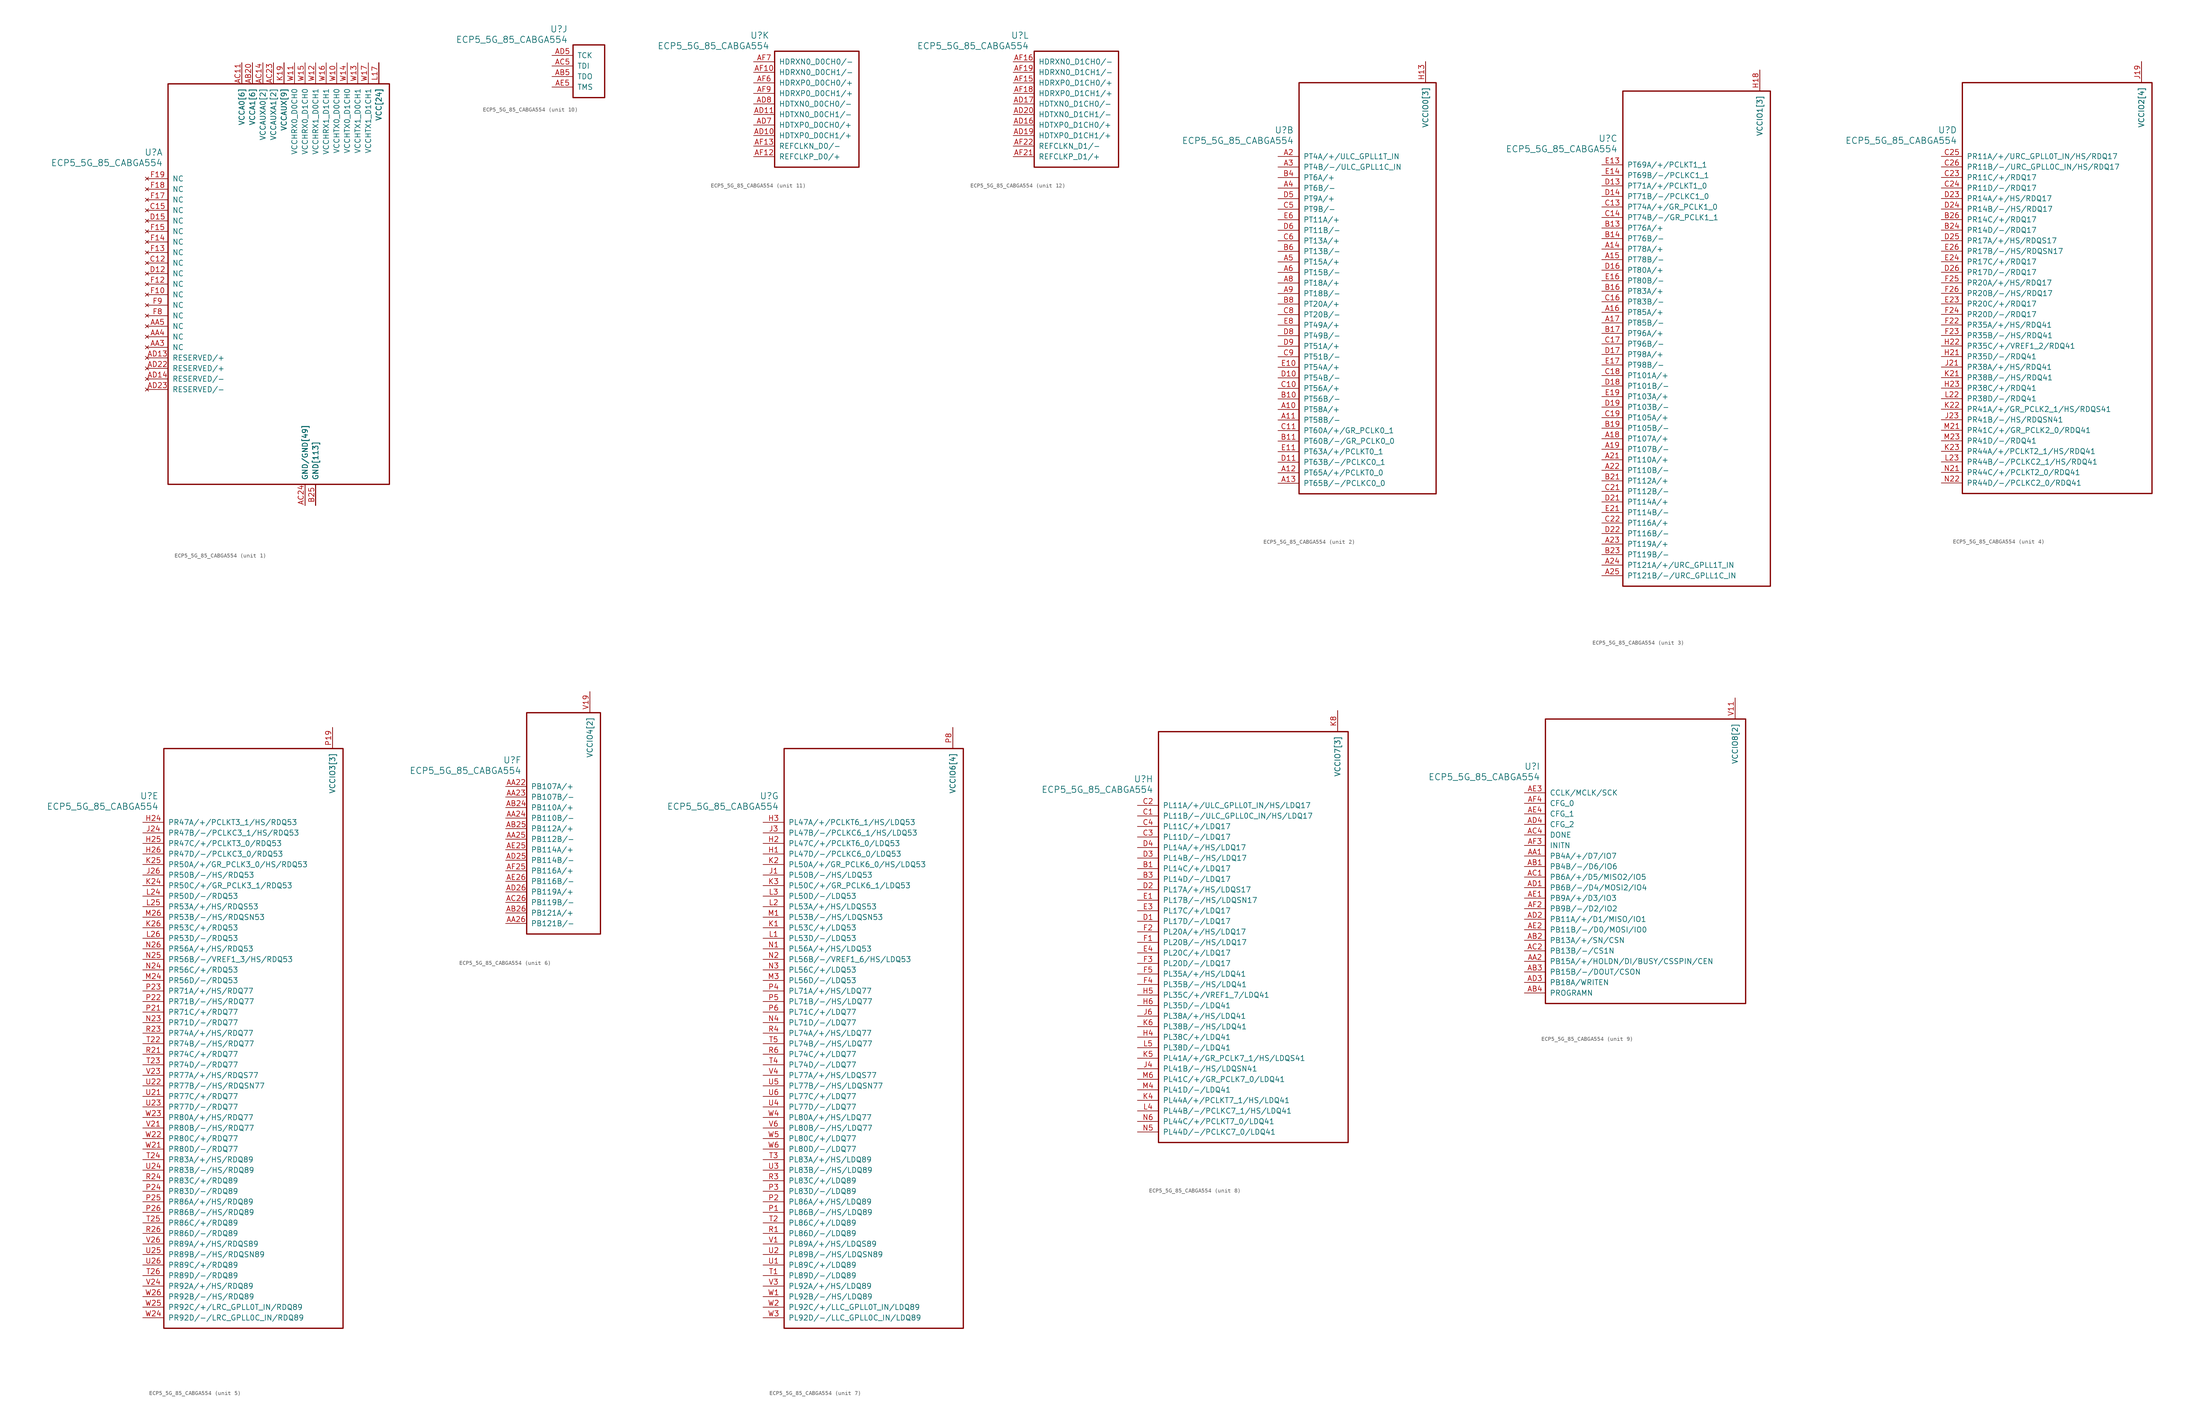
<source format=kicad_sym>
(kicad_symbol_lib
  (version 20211014)
  (generator kicad_symbol_editor)
  (symbol "ECP5_5G_85_CABGA554"
    (pin_names
      (offset 1.016))
    (property "Reference" "U"
      (at 3.81 6.35 0)
      (effects (font (size 1.524 1.524)) (justify right)))
    (property "Value" "ECP5_5G_85_CABGA554"
      (at 3.81 3.81 0)
      (effects (font (size 1.524 1.524)) (justify right)))
    (property "ki_locked" ""
      (at 0 0 0)
      (effects (font (size 1.27 1.27))))
    (symbol "ECP5_5G_85_CABGA554_1_1"
      (rectangle (start 5.08 22.86) (end 58.42 -73.66) (stroke (width 0.305) (type default) (color 0 0 0 0)) (fill (type none)))
      (pin power_in line (at 38.1 -78.74 90) (length 5.08) (name "GND/GND[49]" (effects (font (size 1.27 1.27)))) (number "AA10" (effects (font (size 0 0)))))
      (pin power_in line (at 38.1 -78.74 90) (length 5.08) (name "GND/GND[49]" (effects (font (size 1.27 1.27)))) (number "AA12" (effects (font (size 0 0)))))
      (pin power_in line (at 38.1 -78.74 90) (length 5.08) (name "GND/GND[49]" (effects (font (size 1.27 1.27)))) (number "AA13" (effects (font (size 0 0)))))
      (pin power_in line (at 38.1 -78.74 90) (length 5.08) (name "GND/GND[49]" (effects (font (size 1.27 1.27)))) (number "AA14" (effects (font (size 0 0)))))
      (pin power_in line (at 38.1 -78.74 90) (length 5.08) (name "GND/GND[49]" (effects (font (size 1.27 1.27)))) (number "AA15" (effects (font (size 0 0)))))
      (pin power_in line (at 38.1 -78.74 90) (length 5.08) (name "GND/GND[49]" (effects (font (size 1.27 1.27)))) (number "AA17" (effects (font (size 0 0)))))
      (pin power_in line (at 38.1 -78.74 90) (length 5.08) (name "GND/GND[49]" (effects (font (size 1.27 1.27)))) (number "AA18" (effects (font (size 0 0)))))
      (pin power_in line (at 38.1 -78.74 90) (length 5.08) (name "GND/GND[49]" (effects (font (size 1.27 1.27)))) (number "AA20" (effects (font (size 0 0)))))
      (pin no_connect line (at 0 -40.64 0) (length 5.08) (name "NC" (effects (font (size 1.27 1.27)))) (number "AA3" (effects (font (size 1.27 1.27)))))
      (pin no_connect line (at 0 -38.1 0) (length 5.08) (name "NC" (effects (font (size 1.27 1.27)))) (number "AA4" (effects (font (size 1.27 1.27)))))
      (pin no_connect line (at 0 -35.56 0) (length 5.08) (name "NC" (effects (font (size 1.27 1.27)))) (number "AA5" (effects (font (size 1.27 1.27)))))
      (pin power_in line (at 38.1 -78.74 90) (length 5.08) (name "GND/GND[49]" (effects (font (size 1.27 1.27)))) (number "AA7" (effects (font (size 0 0)))))
      (pin power_in line (at 38.1 -78.74 90) (length 5.08) (name "GND/GND[49]" (effects (font (size 1.27 1.27)))) (number "AA9" (effects (font (size 0 0)))))
      (pin power_in line (at 22.86 27.94 270) (length 5.08) (name "VCCA0[6]" (effects (font (size 1.27 1.27)))) (number "AB10" (effects (font (size 0 0)))))
      (pin power_in line (at 38.1 -78.74 90) (length 5.08) (name "GND/GND[49]" (effects (font (size 1.27 1.27)))) (number "AB12" (effects (font (size 0 0)))))
      (pin power_in line (at 38.1 -78.74 90) (length 5.08) (name "GND/GND[49]" (effects (font (size 1.27 1.27)))) (number "AB13" (effects (font (size 0 0)))))
      (pin power_in line (at 38.1 -78.74 90) (length 5.08) (name "GND/GND[49]" (effects (font (size 1.27 1.27)))) (number "AB14" (effects (font (size 0 0)))))
      (pin power_in line (at 38.1 -78.74 90) (length 5.08) (name "GND/GND[49]" (effects (font (size 1.27 1.27)))) (number "AB15" (effects (font (size 0 0)))))
      (pin power_in line (at 25.4 27.94 270) (length 5.08) (name "VCCA1[6]" (effects (font (size 1.27 1.27)))) (number "AB17" (effects (font (size 0 0)))))
      (pin power_in line (at 38.1 -78.74 90) (length 5.08) (name "GND/GND[49]" (effects (font (size 1.27 1.27)))) (number "AB18" (effects (font (size 0 0)))))
      (pin power_in line (at 25.4 27.94 270) (length 5.08) (name "VCCA1[6]" (effects (font (size 1.27 1.27)))) (number "AB20" (effects (font (size 1.27 1.27)))))
      (pin power_in line (at 38.1 -78.74 90) (length 5.08) (name "GND/GND[49]" (effects (font (size 1.27 1.27)))) (number "AB21" (effects (font (size 0 0)))))
      (pin power_in line (at 38.1 -78.74 90) (length 5.08) (name "GND/GND[49]" (effects (font (size 1.27 1.27)))) (number "AB22" (effects (font (size 0 0)))))
      (pin power_in line (at 38.1 -78.74 90) (length 5.08) (name "GND/GND[49]" (effects (font (size 1.27 1.27)))) (number "AB23" (effects (font (size 0 0)))))
      (pin power_in line (at 38.1 -78.74 90) (length 5.08) (name "GND/GND[49]" (effects (font (size 1.27 1.27)))) (number "AB6" (effects (font (size 0 0)))))
      (pin power_in line (at 22.86 27.94 270) (length 5.08) (name "VCCA0[6]" (effects (font (size 1.27 1.27)))) (number "AB7" (effects (font (size 0 0)))))
      (pin power_in line (at 38.1 -78.74 90) (length 5.08) (name "GND/GND[49]" (effects (font (size 1.27 1.27)))) (number "AB9" (effects (font (size 0 0)))))
      (pin power_in line (at 22.86 27.94 270) (length 5.08) (name "VCCA0[6]" (effects (font (size 1.27 1.27)))) (number "AC10" (effects (font (size 0 0)))))
      (pin power_in line (at 22.86 27.94 270) (length 5.08) (name "VCCA0[6]" (effects (font (size 1.27 1.27)))) (number "AC11" (effects (font (size 1.27 1.27)))))
      (pin power_in line (at 38.1 -78.74 90) (length 5.08) (name "GND/GND[49]" (effects (font (size 1.27 1.27)))) (number "AC12" (effects (font (size 0 0)))))
      (pin power_in line (at 27.94 27.94 270) (length 5.08) (name "VCCAUXA0[2]" (effects (font (size 1.27 1.27)))) (number "AC13" (effects (font (size 0 0)))))
      (pin power_in line (at 27.94 27.94 270) (length 5.08) (name "VCCAUXA0[2]" (effects (font (size 1.27 1.27)))) (number "AC14" (effects (font (size 1.27 1.27)))))
      (pin power_in line (at 38.1 -78.74 90) (length 5.08) (name "GND/GND[49]" (effects (font (size 1.27 1.27)))) (number "AC15" (effects (font (size 0 0)))))
      (pin power_in line (at 25.4 27.94 270) (length 5.08) (name "VCCA1[6]" (effects (font (size 1.27 1.27)))) (number "AC16" (effects (font (size 0 0)))))
      (pin power_in line (at 25.4 27.94 270) (length 5.08) (name "VCCA1[6]" (effects (font (size 1.27 1.27)))) (number "AC17" (effects (font (size 0 0)))))
      (pin power_in line (at 38.1 -78.74 90) (length 5.08) (name "GND/GND[49]" (effects (font (size 1.27 1.27)))) (number "AC18" (effects (font (size 0 0)))))
      (pin power_in line (at 25.4 27.94 270) (length 5.08) (name "VCCA1[6]" (effects (font (size 1.27 1.27)))) (number "AC19" (effects (font (size 0 0)))))
      (pin power_in line (at 25.4 27.94 270) (length 5.08) (name "VCCA1[6]" (effects (font (size 1.27 1.27)))) (number "AC20" (effects (font (size 0 0)))))
      (pin power_in line (at 38.1 -78.74 90) (length 5.08) (name "GND/GND[49]" (effects (font (size 1.27 1.27)))) (number "AC21" (effects (font (size 0 0)))))
      (pin power_in line (at 30.48 27.94 270) (length 5.08) (name "VCCAUXA1[2]" (effects (font (size 1.27 1.27)))) (number "AC22" (effects (font (size 0 0)))))
      (pin power_in line (at 30.48 27.94 270) (length 5.08) (name "VCCAUXA1[2]" (effects (font (size 1.27 1.27)))) (number "AC23" (effects (font (size 1.27 1.27)))))
      (pin power_in line (at 38.1 -78.74 90) (length 5.08) (name "GND/GND[49]" (effects (font (size 1.27 1.27)))) (number "AC24" (effects (font (size 1.27 1.27)))))
      (pin power_in line (at 40.64 -78.74 90) (length 5.08) (name "GND[113]" (effects (font (size 1.27 1.27)))) (number "AC25" (effects (font (size 0 0)))))
      (pin power_in line (at 40.64 -78.74 90) (length 5.08) (name "GND[113]" (effects (font (size 1.27 1.27)))) (number "AC3" (effects (font (size 0 0)))))
      (pin power_in line (at 38.1 -78.74 90) (length 5.08) (name "GND/GND[49]" (effects (font (size 1.27 1.27)))) (number "AC6" (effects (font (size 0 0)))))
      (pin power_in line (at 22.86 27.94 270) (length 5.08) (name "VCCA0[6]" (effects (font (size 1.27 1.27)))) (number "AC7" (effects (font (size 0 0)))))
      (pin power_in line (at 22.86 27.94 270) (length 5.08) (name "VCCA0[6]" (effects (font (size 1.27 1.27)))) (number "AC8" (effects (font (size 0 0)))))
      (pin power_in line (at 38.1 -78.74 90) (length 5.08) (name "GND/GND[49]" (effects (font (size 1.27 1.27)))) (number "AC9" (effects (font (size 0 0)))))
      (pin power_in line (at 38.1 -78.74 90) (length 5.08) (name "GND/GND[49]" (effects (font (size 1.27 1.27)))) (number "AD12" (effects (font (size 0 0)))))
      (pin no_connect line (at 0 -43.18 0) (length 5.08) (name "RESERVED/+" (effects (font (size 1.27 1.27)))) (number "AD13" (effects (font (size 1.27 1.27)))))
      (pin no_connect line (at 0 -48.26 0) (length 5.08) (name "RESERVED/-" (effects (font (size 1.27 1.27)))) (number "AD14" (effects (font (size 1.27 1.27)))))
      (pin power_in line (at 38.1 -78.74 90) (length 5.08) (name "GND/GND[49]" (effects (font (size 1.27 1.27)))) (number "AD15" (effects (font (size 0 0)))))
      (pin power_in line (at 38.1 -78.74 90) (length 5.08) (name "GND/GND[49]" (effects (font (size 1.27 1.27)))) (number "AD18" (effects (font (size 0 0)))))
      (pin power_in line (at 38.1 -78.74 90) (length 5.08) (name "GND/GND[49]" (effects (font (size 1.27 1.27)))) (number "AD21" (effects (font (size 0 0)))))
      (pin no_connect line (at 0 -45.72 0) (length 5.08) (name "RESERVED/+" (effects (font (size 1.27 1.27)))) (number "AD22" (effects (font (size 1.27 1.27)))))
      (pin no_connect line (at 0 -50.8 0) (length 5.08) (name "RESERVED/-" (effects (font (size 1.27 1.27)))) (number "AD23" (effects (font (size 1.27 1.27)))))
      (pin power_in line (at 38.1 -78.74 90) (length 5.08) (name "GND/GND[49]" (effects (font (size 1.27 1.27)))) (number "AD24" (effects (font (size 0 0)))))
      (pin power_in line (at 38.1 -78.74 90) (length 5.08) (name "GND/GND[49]" (effects (font (size 1.27 1.27)))) (number "AD6" (effects (font (size 0 0)))))
      (pin power_in line (at 38.1 -78.74 90) (length 5.08) (name "GND/GND[49]" (effects (font (size 1.27 1.27)))) (number "AD9" (effects (font (size 0 0)))))
      (pin power_in line (at 38.1 -78.74 90) (length 5.08) (name "GND/GND[49]" (effects (font (size 1.27 1.27)))) (number "AE10" (effects (font (size 0 0)))))
      (pin power_in line (at 38.1 -78.74 90) (length 5.08) (name "GND/GND[49]" (effects (font (size 1.27 1.27)))) (number "AE12" (effects (font (size 0 0)))))
      (pin power_in line (at 38.1 -78.74 90) (length 5.08) (name "GND/GND[49]" (effects (font (size 1.27 1.27)))) (number "AE13" (effects (font (size 0 0)))))
      (pin power_in line (at 38.1 -78.74 90) (length 5.08) (name "GND/GND[49]" (effects (font (size 1.27 1.27)))) (number "AE15" (effects (font (size 0 0)))))
      (pin power_in line (at 38.1 -78.74 90) (length 5.08) (name "GND/GND[49]" (effects (font (size 1.27 1.27)))) (number "AE16" (effects (font (size 0 0)))))
      (pin power_in line (at 38.1 -78.74 90) (length 5.08) (name "GND/GND[49]" (effects (font (size 1.27 1.27)))) (number "AE18" (effects (font (size 0 0)))))
      (pin power_in line (at 38.1 -78.74 90) (length 5.08) (name "GND/GND[49]" (effects (font (size 1.27 1.27)))) (number "AE19" (effects (font (size 0 0)))))
      (pin power_in line (at 38.1 -78.74 90) (length 5.08) (name "GND/GND[49]" (effects (font (size 1.27 1.27)))) (number "AE21" (effects (font (size 0 0)))))
      (pin power_in line (at 38.1 -78.74 90) (length 5.08) (name "GND/GND[49]" (effects (font (size 1.27 1.27)))) (number "AE22" (effects (font (size 0 0)))))
      (pin power_in line (at 38.1 -78.74 90) (length 5.08) (name "GND/GND[49]" (effects (font (size 1.27 1.27)))) (number "AE24" (effects (font (size 0 0)))))
      (pin power_in line (at 38.1 -78.74 90) (length 5.08) (name "GND/GND[49]" (effects (font (size 1.27 1.27)))) (number "AE6" (effects (font (size 0 0)))))
      (pin power_in line (at 38.1 -78.74 90) (length 5.08) (name "GND/GND[49]" (effects (font (size 1.27 1.27)))) (number "AE7" (effects (font (size 0 0)))))
      (pin power_in line (at 38.1 -78.74 90) (length 5.08) (name "GND/GND[49]" (effects (font (size 1.27 1.27)))) (number "AE9" (effects (font (size 0 0)))))
      (pin power_in line (at 38.1 -78.74 90) (length 5.08) (name "GND/GND[49]" (effects (font (size 1.27 1.27)))) (number "AF24" (effects (font (size 0 0)))))
      (pin power_in line (at 38.1 -78.74 90) (length 5.08) (name "GND/GND[49]" (effects (font (size 1.27 1.27)))) (number "AF5" (effects (font (size 0 0)))))
      (pin power_in line (at 40.64 -78.74 90) (length 5.08) (name "GND[113]" (effects (font (size 1.27 1.27)))) (number "B12" (effects (font (size 0 0)))))
      (pin power_in line (at 40.64 -78.74 90) (length 5.08) (name "GND[113]" (effects (font (size 1.27 1.27)))) (number "B15" (effects (font (size 0 0)))))
      (pin power_in line (at 40.64 -78.74 90) (length 5.08) (name "GND[113]" (effects (font (size 1.27 1.27)))) (number "B18" (effects (font (size 0 0)))))
      (pin power_in line (at 40.64 -78.74 90) (length 5.08) (name "GND[113]" (effects (font (size 1.27 1.27)))) (number "B2" (effects (font (size 0 0)))))
      (pin power_in line (at 40.64 -78.74 90) (length 5.08) (name "GND[113]" (effects (font (size 1.27 1.27)))) (number "B22" (effects (font (size 0 0)))))
      (pin power_in line (at 40.64 -78.74 90) (length 5.08) (name "GND[113]" (effects (font (size 1.27 1.27)))) (number "B25" (effects (font (size 1.27 1.27)))))
      (pin power_in line (at 40.64 -78.74 90) (length 5.08) (name "GND[113]" (effects (font (size 1.27 1.27)))) (number "B5" (effects (font (size 0 0)))))
      (pin power_in line (at 40.64 -78.74 90) (length 5.08) (name "GND[113]" (effects (font (size 1.27 1.27)))) (number "B9" (effects (font (size 0 0)))))
      (pin no_connect line (at 0 -20.32 0) (length 5.08) (name "NC" (effects (font (size 1.27 1.27)))) (number "C12" (effects (font (size 1.27 1.27)))))
      (pin no_connect line (at 0 -7.62 0) (length 5.08) (name "NC" (effects (font (size 1.27 1.27)))) (number "C15" (effects (font (size 1.27 1.27)))))
      (pin no_connect line (at 0 -22.86 0) (length 5.08) (name "NC" (effects (font (size 1.27 1.27)))) (number "D12" (effects (font (size 1.27 1.27)))))
      (pin no_connect line (at 0 -10.16 0) (length 5.08) (name "NC" (effects (font (size 1.27 1.27)))) (number "D15" (effects (font (size 1.27 1.27)))))
      (pin power_in line (at 40.64 -78.74 90) (length 5.08) (name "GND[113]" (effects (font (size 1.27 1.27)))) (number "E12" (effects (font (size 0 0)))))
      (pin power_in line (at 40.64 -78.74 90) (length 5.08) (name "GND[113]" (effects (font (size 1.27 1.27)))) (number "E15" (effects (font (size 0 0)))))
      (pin power_in line (at 40.64 -78.74 90) (length 5.08) (name "GND[113]" (effects (font (size 1.27 1.27)))) (number "E18" (effects (font (size 0 0)))))
      (pin power_in line (at 40.64 -78.74 90) (length 5.08) (name "GND[113]" (effects (font (size 1.27 1.27)))) (number "E2" (effects (font (size 0 0)))))
      (pin power_in line (at 40.64 -78.74 90) (length 5.08) (name "GND[113]" (effects (font (size 1.27 1.27)))) (number "E22" (effects (font (size 0 0)))))
      (pin power_in line (at 40.64 -78.74 90) (length 5.08) (name "GND[113]" (effects (font (size 1.27 1.27)))) (number "E25" (effects (font (size 0 0)))))
      (pin power_in line (at 40.64 -78.74 90) (length 5.08) (name "GND[113]" (effects (font (size 1.27 1.27)))) (number "E5" (effects (font (size 0 0)))))
      (pin power_in line (at 40.64 -78.74 90) (length 5.08) (name "GND[113]" (effects (font (size 1.27 1.27)))) (number "E9" (effects (font (size 0 0)))))
      (pin no_connect line (at 0 -27.94 0) (length 5.08) (name "NC" (effects (font (size 1.27 1.27)))) (number "F10" (effects (font (size 1.27 1.27)))))
      (pin no_connect line (at 0 -25.4 0) (length 5.08) (name "NC" (effects (font (size 1.27 1.27)))) (number "F12" (effects (font (size 1.27 1.27)))))
      (pin no_connect line (at 0 -17.78 0) (length 5.08) (name "NC" (effects (font (size 1.27 1.27)))) (number "F13" (effects (font (size 1.27 1.27)))))
      (pin no_connect line (at 0 -15.24 0) (length 5.08) (name "NC" (effects (font (size 1.27 1.27)))) (number "F14" (effects (font (size 1.27 1.27)))))
      (pin no_connect line (at 0 -12.7 0) (length 5.08) (name "NC" (effects (font (size 1.27 1.27)))) (number "F15" (effects (font (size 1.27 1.27)))))
      (pin no_connect line (at 0 -5.08 0) (length 5.08) (name "NC" (effects (font (size 1.27 1.27)))) (number "F17" (effects (font (size 1.27 1.27)))))
      (pin no_connect line (at 0 -2.54 0) (length 5.08) (name "NC" (effects (font (size 1.27 1.27)))) (number "F18" (effects (font (size 1.27 1.27)))))
      (pin no_connect line (at 0 0 0) (length 5.08) (name "NC" (effects (font (size 1.27 1.27)))) (number "F19" (effects (font (size 1.27 1.27)))))
      (pin no_connect line (at 0 -33.02 0) (length 5.08) (name "NC" (effects (font (size 1.27 1.27)))) (number "F8" (effects (font (size 1.27 1.27)))))
      (pin no_connect line (at 0 -30.48 0) (length 5.08) (name "NC" (effects (font (size 1.27 1.27)))) (number "F9" (effects (font (size 1.27 1.27)))))
      (pin power_in line (at 33.02 27.94 270) (length 5.08) (name "VCCAUX[9]" (effects (font (size 1.27 1.27)))) (number "H11" (effects (font (size 0 0)))))
      (pin power_in line (at 33.02 27.94 270) (length 5.08) (name "VCCAUX[9]" (effects (font (size 1.27 1.27)))) (number "H14" (effects (font (size 0 0)))))
      (pin power_in line (at 33.02 27.94 270) (length 5.08) (name "VCCAUX[9]" (effects (font (size 1.27 1.27)))) (number "H17" (effects (font (size 0 0)))))
      (pin power_in line (at 40.64 -78.74 90) (length 5.08) (name "GND[113]" (effects (font (size 1.27 1.27)))) (number "H19" (effects (font (size 0 0)))))
      (pin power_in line (at 40.64 -78.74 90) (length 5.08) (name "GND[113]" (effects (font (size 1.27 1.27)))) (number "H8" (effects (font (size 0 0)))))
      (pin power_in line (at 40.64 -78.74 90) (length 5.08) (name "GND[113]" (effects (font (size 1.27 1.27)))) (number "H9" (effects (font (size 0 0)))))
      (pin power_in line (at 40.64 -78.74 90) (length 5.08) (name "GND[113]" (effects (font (size 1.27 1.27)))) (number "J10" (effects (font (size 0 0)))))
      (pin power_in line (at 40.64 -78.74 90) (length 5.08) (name "GND[113]" (effects (font (size 1.27 1.27)))) (number "J11" (effects (font (size 0 0)))))
      (pin power_in line (at 40.64 -78.74 90) (length 5.08) (name "GND[113]" (effects (font (size 1.27 1.27)))) (number "J12" (effects (font (size 0 0)))))
      (pin power_in line (at 40.64 -78.74 90) (length 5.08) (name "GND[113]" (effects (font (size 1.27 1.27)))) (number "J13" (effects (font (size 0 0)))))
      (pin power_in line (at 40.64 -78.74 90) (length 5.08) (name "GND[113]" (effects (font (size 1.27 1.27)))) (number "J14" (effects (font (size 0 0)))))
      (pin power_in line (at 40.64 -78.74 90) (length 5.08) (name "GND[113]" (effects (font (size 1.27 1.27)))) (number "J15" (effects (font (size 0 0)))))
      (pin power_in line (at 40.64 -78.74 90) (length 5.08) (name "GND[113]" (effects (font (size 1.27 1.27)))) (number "J16" (effects (font (size 0 0)))))
      (pin power_in line (at 40.64 -78.74 90) (length 5.08) (name "GND[113]" (effects (font (size 1.27 1.27)))) (number "J17" (effects (font (size 0 0)))))
      (pin power_in line (at 40.64 -78.74 90) (length 5.08) (name "GND[113]" (effects (font (size 1.27 1.27)))) (number "J18" (effects (font (size 0 0)))))
      (pin power_in line (at 40.64 -78.74 90) (length 5.08) (name "GND[113]" (effects (font (size 1.27 1.27)))) (number "J2" (effects (font (size 0 0)))))
      (pin power_in line (at 40.64 -78.74 90) (length 5.08) (name "GND[113]" (effects (font (size 1.27 1.27)))) (number "J22" (effects (font (size 0 0)))))
      (pin power_in line (at 40.64 -78.74 90) (length 5.08) (name "GND[113]" (effects (font (size 1.27 1.27)))) (number "J25" (effects (font (size 0 0)))))
      (pin power_in line (at 40.64 -78.74 90) (length 5.08) (name "GND[113]" (effects (font (size 1.27 1.27)))) (number "J5" (effects (font (size 0 0)))))
      (pin power_in line (at 40.64 -78.74 90) (length 5.08) (name "GND[113]" (effects (font (size 1.27 1.27)))) (number "J8" (effects (font (size 0 0)))))
      (pin power_in line (at 40.64 -78.74 90) (length 5.08) (name "GND[113]" (effects (font (size 1.27 1.27)))) (number "J9" (effects (font (size 0 0)))))
      (pin power_in line (at 40.64 -78.74 90) (length 5.08) (name "GND[113]" (effects (font (size 1.27 1.27)))) (number "K10" (effects (font (size 0 0)))))
      (pin power_in line (at 55.88 27.94 270) (length 5.08) (name "VCC[24]" (effects (font (size 1.27 1.27)))) (number "K11" (effects (font (size 0 0)))))
      (pin power_in line (at 55.88 27.94 270) (length 5.08) (name "VCC[24]" (effects (font (size 1.27 1.27)))) (number "K12" (effects (font (size 0 0)))))
      (pin power_in line (at 55.88 27.94 270) (length 5.08) (name "VCC[24]" (effects (font (size 1.27 1.27)))) (number "K13" (effects (font (size 0 0)))))
      (pin power_in line (at 55.88 27.94 270) (length 5.08) (name "VCC[24]" (effects (font (size 1.27 1.27)))) (number "K14" (effects (font (size 0 0)))))
      (pin power_in line (at 55.88 27.94 270) (length 5.08) (name "VCC[24]" (effects (font (size 1.27 1.27)))) (number "K15" (effects (font (size 0 0)))))
      (pin power_in line (at 55.88 27.94 270) (length 5.08) (name "VCC[24]" (effects (font (size 1.27 1.27)))) (number "K16" (effects (font (size 0 0)))))
      (pin power_in line (at 40.64 -78.74 90) (length 5.08) (name "GND[113]" (effects (font (size 1.27 1.27)))) (number "K17" (effects (font (size 0 0)))))
      (pin power_in line (at 40.64 -78.74 90) (length 5.08) (name "GND[113]" (effects (font (size 1.27 1.27)))) (number "K18" (effects (font (size 0 0)))))
      (pin power_in line (at 33.02 27.94 270) (length 5.08) (name "VCCAUX[9]" (effects (font (size 1.27 1.27)))) (number "K19" (effects (font (size 1.27 1.27)))))
      (pin power_in line (at 40.64 -78.74 90) (length 5.08) (name "GND[113]" (effects (font (size 1.27 1.27)))) (number "K9" (effects (font (size 0 0)))))
      (pin power_in line (at 55.88 27.94 270) (length 5.08) (name "VCC[24]" (effects (font (size 1.27 1.27)))) (number "L10" (effects (font (size 0 0)))))
      (pin power_in line (at 40.64 -78.74 90) (length 5.08) (name "GND[113]" (effects (font (size 1.27 1.27)))) (number "L11" (effects (font (size 0 0)))))
      (pin power_in line (at 40.64 -78.74 90) (length 5.08) (name "GND[113]" (effects (font (size 1.27 1.27)))) (number "L12" (effects (font (size 0 0)))))
      (pin power_in line (at 40.64 -78.74 90) (length 5.08) (name "GND[113]" (effects (font (size 1.27 1.27)))) (number "L13" (effects (font (size 0 0)))))
      (pin power_in line (at 40.64 -78.74 90) (length 5.08) (name "GND[113]" (effects (font (size 1.27 1.27)))) (number "L14" (effects (font (size 0 0)))))
      (pin power_in line (at 40.64 -78.74 90) (length 5.08) (name "GND[113]" (effects (font (size 1.27 1.27)))) (number "L15" (effects (font (size 0 0)))))
      (pin power_in line (at 40.64 -78.74 90) (length 5.08) (name "GND[113]" (effects (font (size 1.27 1.27)))) (number "L16" (effects (font (size 0 0)))))
      (pin power_in line (at 55.88 27.94 270) (length 5.08) (name "VCC[24]" (effects (font (size 1.27 1.27)))) (number "L17" (effects (font (size 1.27 1.27)))))
      (pin power_in line (at 40.64 -78.74 90) (length 5.08) (name "GND[113]" (effects (font (size 1.27 1.27)))) (number "L18" (effects (font (size 0 0)))))
      (pin power_in line (at 33.02 27.94 270) (length 5.08) (name "VCCAUX[9]" (effects (font (size 1.27 1.27)))) (number "L8" (effects (font (size 0 0)))))
      (pin power_in line (at 40.64 -78.74 90) (length 5.08) (name "GND[113]" (effects (font (size 1.27 1.27)))) (number "L9" (effects (font (size 0 0)))))
      (pin power_in line (at 55.88 27.94 270) (length 5.08) (name "VCC[24]" (effects (font (size 1.27 1.27)))) (number "M10" (effects (font (size 0 0)))))
      (pin power_in line (at 40.64 -78.74 90) (length 5.08) (name "GND[113]" (effects (font (size 1.27 1.27)))) (number "M11" (effects (font (size 0 0)))))
      (pin power_in line (at 40.64 -78.74 90) (length 5.08) (name "GND[113]" (effects (font (size 1.27 1.27)))) (number "M12" (effects (font (size 0 0)))))
      (pin power_in line (at 40.64 -78.74 90) (length 5.08) (name "GND[113]" (effects (font (size 1.27 1.27)))) (number "M13" (effects (font (size 0 0)))))
      (pin power_in line (at 40.64 -78.74 90) (length 5.08) (name "GND[113]" (effects (font (size 1.27 1.27)))) (number "M14" (effects (font (size 0 0)))))
      (pin power_in line (at 40.64 -78.74 90) (length 5.08) (name "GND[113]" (effects (font (size 1.27 1.27)))) (number "M15" (effects (font (size 0 0)))))
      (pin power_in line (at 40.64 -78.74 90) (length 5.08) (name "GND[113]" (effects (font (size 1.27 1.27)))) (number "M16" (effects (font (size 0 0)))))
      (pin power_in line (at 55.88 27.94 270) (length 5.08) (name "VCC[24]" (effects (font (size 1.27 1.27)))) (number "M17" (effects (font (size 0 0)))))
      (pin power_in line (at 40.64 -78.74 90) (length 5.08) (name "GND[113]" (effects (font (size 1.27 1.27)))) (number "M18" (effects (font (size 0 0)))))
      (pin power_in line (at 40.64 -78.74 90) (length 5.08) (name "GND[113]" (effects (font (size 1.27 1.27)))) (number "M2" (effects (font (size 0 0)))))
      (pin power_in line (at 40.64 -78.74 90) (length 5.08) (name "GND[113]" (effects (font (size 1.27 1.27)))) (number "M22" (effects (font (size 0 0)))))
      (pin power_in line (at 40.64 -78.74 90) (length 5.08) (name "GND[113]" (effects (font (size 1.27 1.27)))) (number "M25" (effects (font (size 0 0)))))
      (pin power_in line (at 40.64 -78.74 90) (length 5.08) (name "GND[113]" (effects (font (size 1.27 1.27)))) (number "M5" (effects (font (size 0 0)))))
      (pin power_in line (at 40.64 -78.74 90) (length 5.08) (name "GND[113]" (effects (font (size 1.27 1.27)))) (number "M9" (effects (font (size 0 0)))))
      (pin power_in line (at 55.88 27.94 270) (length 5.08) (name "VCC[24]" (effects (font (size 1.27 1.27)))) (number "N10" (effects (font (size 0 0)))))
      (pin power_in line (at 40.64 -78.74 90) (length 5.08) (name "GND[113]" (effects (font (size 1.27 1.27)))) (number "N11" (effects (font (size 0 0)))))
      (pin power_in line (at 40.64 -78.74 90) (length 5.08) (name "GND[113]" (effects (font (size 1.27 1.27)))) (number "N12" (effects (font (size 0 0)))))
      (pin power_in line (at 40.64 -78.74 90) (length 5.08) (name "GND[113]" (effects (font (size 1.27 1.27)))) (number "N13" (effects (font (size 0 0)))))
      (pin power_in line (at 40.64 -78.74 90) (length 5.08) (name "GND[113]" (effects (font (size 1.27 1.27)))) (number "N14" (effects (font (size 0 0)))))
      (pin power_in line (at 40.64 -78.74 90) (length 5.08) (name "GND[113]" (effects (font (size 1.27 1.27)))) (number "N15" (effects (font (size 0 0)))))
      (pin power_in line (at 40.64 -78.74 90) (length 5.08) (name "GND[113]" (effects (font (size 1.27 1.27)))) (number "N16" (effects (font (size 0 0)))))
      (pin power_in line (at 55.88 27.94 270) (length 5.08) (name "VCC[24]" (effects (font (size 1.27 1.27)))) (number "N17" (effects (font (size 0 0)))))
      (pin power_in line (at 40.64 -78.74 90) (length 5.08) (name "GND[113]" (effects (font (size 1.27 1.27)))) (number "N18" (effects (font (size 0 0)))))
      (pin power_in line (at 40.64 -78.74 90) (length 5.08) (name "GND[113]" (effects (font (size 1.27 1.27)))) (number "N9" (effects (font (size 0 0)))))
      (pin power_in line (at 55.88 27.94 270) (length 5.08) (name "VCC[24]" (effects (font (size 1.27 1.27)))) (number "P10" (effects (font (size 0 0)))))
      (pin power_in line (at 40.64 -78.74 90) (length 5.08) (name "GND[113]" (effects (font (size 1.27 1.27)))) (number "P11" (effects (font (size 0 0)))))
      (pin power_in line (at 40.64 -78.74 90) (length 5.08) (name "GND[113]" (effects (font (size 1.27 1.27)))) (number "P12" (effects (font (size 0 0)))))
      (pin power_in line (at 40.64 -78.74 90) (length 5.08) (name "GND[113]" (effects (font (size 1.27 1.27)))) (number "P13" (effects (font (size 0 0)))))
      (pin power_in line (at 40.64 -78.74 90) (length 5.08) (name "GND[113]" (effects (font (size 1.27 1.27)))) (number "P14" (effects (font (size 0 0)))))
      (pin power_in line (at 40.64 -78.74 90) (length 5.08) (name "GND[113]" (effects (font (size 1.27 1.27)))) (number "P15" (effects (font (size 0 0)))))
      (pin power_in line (at 40.64 -78.74 90) (length 5.08) (name "GND[113]" (effects (font (size 1.27 1.27)))) (number "P16" (effects (font (size 0 0)))))
      (pin power_in line (at 55.88 27.94 270) (length 5.08) (name "VCC[24]" (effects (font (size 1.27 1.27)))) (number "P17" (effects (font (size 0 0)))))
      (pin power_in line (at 40.64 -78.74 90) (length 5.08) (name "GND[113]" (effects (font (size 1.27 1.27)))) (number "P18" (effects (font (size 0 0)))))
      (pin power_in line (at 40.64 -78.74 90) (length 5.08) (name "GND[113]" (effects (font (size 1.27 1.27)))) (number "P9" (effects (font (size 0 0)))))
      (pin power_in line (at 55.88 27.94 270) (length 5.08) (name "VCC[24]" (effects (font (size 1.27 1.27)))) (number "R10" (effects (font (size 0 0)))))
      (pin power_in line (at 40.64 -78.74 90) (length 5.08) (name "GND[113]" (effects (font (size 1.27 1.27)))) (number "R11" (effects (font (size 0 0)))))
      (pin power_in line (at 40.64 -78.74 90) (length 5.08) (name "GND[113]" (effects (font (size 1.27 1.27)))) (number "R12" (effects (font (size 0 0)))))
      (pin power_in line (at 40.64 -78.74 90) (length 5.08) (name "GND[113]" (effects (font (size 1.27 1.27)))) (number "R13" (effects (font (size 0 0)))))
      (pin power_in line (at 40.64 -78.74 90) (length 5.08) (name "GND[113]" (effects (font (size 1.27 1.27)))) (number "R14" (effects (font (size 0 0)))))
      (pin power_in line (at 40.64 -78.74 90) (length 5.08) (name "GND[113]" (effects (font (size 1.27 1.27)))) (number "R15" (effects (font (size 0 0)))))
      (pin power_in line (at 40.64 -78.74 90) (length 5.08) (name "GND[113]" (effects (font (size 1.27 1.27)))) (number "R16" (effects (font (size 0 0)))))
      (pin power_in line (at 55.88 27.94 270) (length 5.08) (name "VCC[24]" (effects (font (size 1.27 1.27)))) (number "R17" (effects (font (size 0 0)))))
      (pin power_in line (at 40.64 -78.74 90) (length 5.08) (name "GND[113]" (effects (font (size 1.27 1.27)))) (number "R18" (effects (font (size 0 0)))))
      (pin power_in line (at 40.64 -78.74 90) (length 5.08) (name "GND[113]" (effects (font (size 1.27 1.27)))) (number "R2" (effects (font (size 0 0)))))
      (pin power_in line (at 40.64 -78.74 90) (length 5.08) (name "GND[113]" (effects (font (size 1.27 1.27)))) (number "R22" (effects (font (size 0 0)))))
      (pin power_in line (at 40.64 -78.74 90) (length 5.08) (name "GND[113]" (effects (font (size 1.27 1.27)))) (number "R25" (effects (font (size 0 0)))))
      (pin power_in line (at 40.64 -78.74 90) (length 5.08) (name "GND[113]" (effects (font (size 1.27 1.27)))) (number "R5" (effects (font (size 0 0)))))
      (pin power_in line (at 40.64 -78.74 90) (length 5.08) (name "GND[113]" (effects (font (size 1.27 1.27)))) (number "R9" (effects (font (size 0 0)))))
      (pin power_in line (at 55.88 27.94 270) (length 5.08) (name "VCC[24]" (effects (font (size 1.27 1.27)))) (number "T10" (effects (font (size 0 0)))))
      (pin power_in line (at 55.88 27.94 270) (length 5.08) (name "VCC[24]" (effects (font (size 1.27 1.27)))) (number "T11" (effects (font (size 0 0)))))
      (pin power_in line (at 55.88 27.94 270) (length 5.08) (name "VCC[24]" (effects (font (size 1.27 1.27)))) (number "T12" (effects (font (size 0 0)))))
      (pin power_in line (at 55.88 27.94 270) (length 5.08) (name "VCC[24]" (effects (font (size 1.27 1.27)))) (number "T13" (effects (font (size 0 0)))))
      (pin power_in line (at 55.88 27.94 270) (length 5.08) (name "VCC[24]" (effects (font (size 1.27 1.27)))) (number "T14" (effects (font (size 0 0)))))
      (pin power_in line (at 55.88 27.94 270) (length 5.08) (name "VCC[24]" (effects (font (size 1.27 1.27)))) (number "T15" (effects (font (size 0 0)))))
      (pin power_in line (at 55.88 27.94 270) (length 5.08) (name "VCC[24]" (effects (font (size 1.27 1.27)))) (number "T16" (effects (font (size 0 0)))))
      (pin power_in line (at 55.88 27.94 270) (length 5.08) (name "VCC[24]" (effects (font (size 1.27 1.27)))) (number "T17" (effects (font (size 0 0)))))
      (pin power_in line (at 40.64 -78.74 90) (length 5.08) (name "GND[113]" (effects (font (size 1.27 1.27)))) (number "T18" (effects (font (size 0 0)))))
      (pin power_in line (at 33.02 27.94 270) (length 5.08) (name "VCCAUX[9]" (effects (font (size 1.27 1.27)))) (number "T19" (effects (font (size 0 0)))))
      (pin power_in line (at 33.02 27.94 270) (length 5.08) (name "VCCAUX[9]" (effects (font (size 1.27 1.27)))) (number "T8" (effects (font (size 0 0)))))
      (pin power_in line (at 40.64 -78.74 90) (length 5.08) (name "GND[113]" (effects (font (size 1.27 1.27)))) (number "T9" (effects (font (size 0 0)))))
      (pin power_in line (at 40.64 -78.74 90) (length 5.08) (name "GND[113]" (effects (font (size 1.27 1.27)))) (number "U10" (effects (font (size 0 0)))))
      (pin power_in line (at 40.64 -78.74 90) (length 5.08) (name "GND[113]" (effects (font (size 1.27 1.27)))) (number "U11" (effects (font (size 0 0)))))
      (pin power_in line (at 40.64 -78.74 90) (length 5.08) (name "GND[113]" (effects (font (size 1.27 1.27)))) (number "U12" (effects (font (size 0 0)))))
      (pin power_in line (at 40.64 -78.74 90) (length 5.08) (name "GND[113]" (effects (font (size 1.27 1.27)))) (number "U13" (effects (font (size 0 0)))))
      (pin power_in line (at 40.64 -78.74 90) (length 5.08) (name "GND[113]" (effects (font (size 1.27 1.27)))) (number "U14" (effects (font (size 0 0)))))
      (pin power_in line (at 40.64 -78.74 90) (length 5.08) (name "GND[113]" (effects (font (size 1.27 1.27)))) (number "U15" (effects (font (size 0 0)))))
      (pin power_in line (at 40.64 -78.74 90) (length 5.08) (name "GND[113]" (effects (font (size 1.27 1.27)))) (number "U16" (effects (font (size 0 0)))))
      (pin power_in line (at 40.64 -78.74 90) (length 5.08) (name "GND[113]" (effects (font (size 1.27 1.27)))) (number "U17" (effects (font (size 0 0)))))
      (pin power_in line (at 40.64 -78.74 90) (length 5.08) (name "GND[113]" (effects (font (size 1.27 1.27)))) (number "U18" (effects (font (size 0 0)))))
      (pin power_in line (at 40.64 -78.74 90) (length 5.08) (name "GND[113]" (effects (font (size 1.27 1.27)))) (number "U9" (effects (font (size 0 0)))))
      (pin power_in line (at 40.64 -78.74 90) (length 5.08) (name "GND[113]" (effects (font (size 1.27 1.27)))) (number "V12" (effects (font (size 0 0)))))
      (pin power_in line (at 40.64 -78.74 90) (length 5.08) (name "GND[113]" (effects (font (size 1.27 1.27)))) (number "V13" (effects (font (size 0 0)))))
      (pin power_in line (at 40.64 -78.74 90) (length 5.08) (name "GND[113]" (effects (font (size 1.27 1.27)))) (number "V14" (effects (font (size 0 0)))))
      (pin power_in line (at 40.64 -78.74 90) (length 5.08) (name "GND[113]" (effects (font (size 1.27 1.27)))) (number "V15" (effects (font (size 0 0)))))
      (pin power_in line (at 40.64 -78.74 90) (length 5.08) (name "GND[113]" (effects (font (size 1.27 1.27)))) (number "V16" (effects (font (size 0 0)))))
      (pin power_in line (at 40.64 -78.74 90) (length 5.08) (name "GND[113]" (effects (font (size 1.27 1.27)))) (number "V17" (effects (font (size 0 0)))))
      (pin power_in line (at 40.64 -78.74 90) (length 5.08) (name "GND[113]" (effects (font (size 1.27 1.27)))) (number "V2" (effects (font (size 0 0)))))
      (pin power_in line (at 40.64 -78.74 90) (length 5.08) (name "GND[113]" (effects (font (size 1.27 1.27)))) (number "V22" (effects (font (size 0 0)))))
      (pin power_in line (at 40.64 -78.74 90) (length 5.08) (name "GND[113]" (effects (font (size 1.27 1.27)))) (number "V25" (effects (font (size 0 0)))))
      (pin power_in line (at 40.64 -78.74 90) (length 5.08) (name "GND[113]" (effects (font (size 1.27 1.27)))) (number "V5" (effects (font (size 0 0)))))
      (pin power_in line (at 40.64 -78.74 90) (length 5.08) (name "GND[113]" (effects (font (size 1.27 1.27)))) (number "V9" (effects (font (size 0 0)))))
      (pin power_in line (at 45.72 27.94 270) (length 5.08) (name "VCCHTX0_D0CH0" (effects (font (size 1.27 1.27)))) (number "W10" (effects (font (size 1.27 1.27)))))
      (pin power_in line (at 35.56 27.94 270) (length 5.08) (name "VCCHRX0_D0CH0" (effects (font (size 1.27 1.27)))) (number "W11" (effects (font (size 1.27 1.27)))))
      (pin power_in line (at 40.64 27.94 270) (length 5.08) (name "VCCHRX1_D0CH1" (effects (font (size 1.27 1.27)))) (number "W12" (effects (font (size 1.27 1.27)))))
      (pin power_in line (at 50.8 27.94 270) (length 5.08) (name "VCCHTX1_D0CH1" (effects (font (size 1.27 1.27)))) (number "W13" (effects (font (size 1.27 1.27)))))
      (pin power_in line (at 48.26 27.94 270) (length 5.08) (name "VCCHTX0_D1CH0" (effects (font (size 1.27 1.27)))) (number "W14" (effects (font (size 1.27 1.27)))))
      (pin power_in line (at 38.1 27.94 270) (length 5.08) (name "VCCHRX0_D1CH0" (effects (font (size 1.27 1.27)))) (number "W15" (effects (font (size 1.27 1.27)))))
      (pin power_in line (at 43.18 27.94 270) (length 5.08) (name "VCCHRX1_D1CH1" (effects (font (size 1.27 1.27)))) (number "W16" (effects (font (size 1.27 1.27)))))
      (pin power_in line (at 53.34 27.94 270) (length 5.08) (name "VCCHTX1_D1CH1" (effects (font (size 1.27 1.27)))) (number "W17" (effects (font (size 1.27 1.27)))))
      (pin power_in line (at 40.64 -78.74 90) (length 5.08) (name "GND[113]" (effects (font (size 1.27 1.27)))) (number "W18" (effects (font (size 0 0)))))
      (pin power_in line (at 33.02 27.94 270) (length 5.08) (name "VCCAUX[9]" (effects (font (size 1.27 1.27)))) (number "W19" (effects (font (size 0 0)))))
      (pin power_in line (at 33.02 27.94 270) (length 5.08) (name "VCCAUX[9]" (effects (font (size 1.27 1.27)))) (number "W8" (effects (font (size 0 0)))))
      (pin power_in line (at 40.64 -78.74 90) (length 5.08) (name "GND[113]" (effects (font (size 1.27 1.27)))) (number "W9" (effects (font (size 0 0))))))
    (symbol "ECP5_5G_85_CABGA554_2_1"
      (rectangle (start 5.08 17.78) (end 38.1 -81.28) (stroke (width 0.305) (type default) (color 0 0 0 0)) (fill (type none)))
      (pin bidirectional line (at 0 -60.96 0) (length 5.08) (name "PT58A/+" (effects (font (size 1.27 1.27)))) (number "A10" (effects (font (size 1.27 1.27)))))
      (pin bidirectional line (at 0 -63.5 0) (length 5.08) (name "PT58B/-" (effects (font (size 1.27 1.27)))) (number "A11" (effects (font (size 1.27 1.27)))))
      (pin bidirectional line (at 0 -76.2 0) (length 5.08) (name "PT65A/+/PCLKT0_0" (effects (font (size 1.27 1.27)))) (number "A12" (effects (font (size 1.27 1.27)))))
      (pin bidirectional line (at 0 -78.74 0) (length 5.08) (name "PT65B/-/PCLKC0_0" (effects (font (size 1.27 1.27)))) (number "A13" (effects (font (size 1.27 1.27)))))
      (pin bidirectional line (at 0 0 0) (length 5.08) (name "PT4A/+/ULC_GPLL1T_IN" (effects (font (size 1.27 1.27)))) (number "A2" (effects (font (size 1.27 1.27)))))
      (pin bidirectional line (at 0 -2.54 0) (length 5.08) (name "PT4B/-/ULC_GPLL1C_IN" (effects (font (size 1.27 1.27)))) (number "A3" (effects (font (size 1.27 1.27)))))
      (pin bidirectional line (at 0 -7.62 0) (length 5.08) (name "PT6B/-" (effects (font (size 1.27 1.27)))) (number "A4" (effects (font (size 1.27 1.27)))))
      (pin bidirectional line (at 0 -25.4 0) (length 5.08) (name "PT15A/+" (effects (font (size 1.27 1.27)))) (number "A5" (effects (font (size 1.27 1.27)))))
      (pin bidirectional line (at 0 -27.94 0) (length 5.08) (name "PT15B/-" (effects (font (size 1.27 1.27)))) (number "A6" (effects (font (size 1.27 1.27)))))
      (pin bidirectional line (at 0 -30.48 0) (length 5.08) (name "PT18A/+" (effects (font (size 1.27 1.27)))) (number "A8" (effects (font (size 1.27 1.27)))))
      (pin bidirectional line (at 0 -33.02 0) (length 5.08) (name "PT18B/-" (effects (font (size 1.27 1.27)))) (number "A9" (effects (font (size 1.27 1.27)))))
      (pin bidirectional line (at 0 -58.42 0) (length 5.08) (name "PT56B/-" (effects (font (size 1.27 1.27)))) (number "B10" (effects (font (size 1.27 1.27)))))
      (pin bidirectional line (at 0 -68.58 0) (length 5.08) (name "PT60B/-/GR_PCLK0_0" (effects (font (size 1.27 1.27)))) (number "B11" (effects (font (size 1.27 1.27)))))
      (pin bidirectional line (at 0 -5.08 0) (length 5.08) (name "PT6A/+" (effects (font (size 1.27 1.27)))) (number "B4" (effects (font (size 1.27 1.27)))))
      (pin bidirectional line (at 0 -22.86 0) (length 5.08) (name "PT13B/-" (effects (font (size 1.27 1.27)))) (number "B6" (effects (font (size 1.27 1.27)))))
      (pin bidirectional line (at 0 -35.56 0) (length 5.08) (name "PT20A/+" (effects (font (size 1.27 1.27)))) (number "B8" (effects (font (size 1.27 1.27)))))
      (pin bidirectional line (at 0 -55.88 0) (length 5.08) (name "PT56A/+" (effects (font (size 1.27 1.27)))) (number "C10" (effects (font (size 1.27 1.27)))))
      (pin bidirectional line (at 0 -66.04 0) (length 5.08) (name "PT60A/+/GR_PCLK0_1" (effects (font (size 1.27 1.27)))) (number "C11" (effects (font (size 1.27 1.27)))))
      (pin bidirectional line (at 0 -12.7 0) (length 5.08) (name "PT9B/-" (effects (font (size 1.27 1.27)))) (number "C5" (effects (font (size 1.27 1.27)))))
      (pin bidirectional line (at 0 -20.32 0) (length 5.08) (name "PT13A/+" (effects (font (size 1.27 1.27)))) (number "C6" (effects (font (size 1.27 1.27)))))
      (pin bidirectional line (at 0 -38.1 0) (length 5.08) (name "PT20B/-" (effects (font (size 1.27 1.27)))) (number "C8" (effects (font (size 1.27 1.27)))))
      (pin bidirectional line (at 0 -48.26 0) (length 5.08) (name "PT51B/-" (effects (font (size 1.27 1.27)))) (number "C9" (effects (font (size 1.27 1.27)))))
      (pin bidirectional line (at 0 -53.34 0) (length 5.08) (name "PT54B/-" (effects (font (size 1.27 1.27)))) (number "D10" (effects (font (size 1.27 1.27)))))
      (pin bidirectional line (at 0 -73.66 0) (length 5.08) (name "PT63B/-/PCLKC0_1" (effects (font (size 1.27 1.27)))) (number "D11" (effects (font (size 1.27 1.27)))))
      (pin bidirectional line (at 0 -10.16 0) (length 5.08) (name "PT9A/+" (effects (font (size 1.27 1.27)))) (number "D5" (effects (font (size 1.27 1.27)))))
      (pin bidirectional line (at 0 -17.78 0) (length 5.08) (name "PT11B/-" (effects (font (size 1.27 1.27)))) (number "D6" (effects (font (size 1.27 1.27)))))
      (pin bidirectional line (at 0 -43.18 0) (length 5.08) (name "PT49B/-" (effects (font (size 1.27 1.27)))) (number "D8" (effects (font (size 1.27 1.27)))))
      (pin bidirectional line (at 0 -45.72 0) (length 5.08) (name "PT51A/+" (effects (font (size 1.27 1.27)))) (number "D9" (effects (font (size 1.27 1.27)))))
      (pin bidirectional line (at 0 -50.8 0) (length 5.08) (name "PT54A/+" (effects (font (size 1.27 1.27)))) (number "E10" (effects (font (size 1.27 1.27)))))
      (pin bidirectional line (at 0 -71.12 0) (length 5.08) (name "PT63A/+/PCLKT0_1" (effects (font (size 1.27 1.27)))) (number "E11" (effects (font (size 1.27 1.27)))))
      (pin bidirectional line (at 0 -15.24 0) (length 5.08) (name "PT11A/+" (effects (font (size 1.27 1.27)))) (number "E6" (effects (font (size 1.27 1.27)))))
      (pin bidirectional line (at 0 -40.64 0) (length 5.08) (name "PT49A/+" (effects (font (size 1.27 1.27)))) (number "E8" (effects (font (size 1.27 1.27)))))
      (pin power_in line (at 35.56 22.86 270) (length 5.08) (name "VCCIO0[3]" (effects (font (size 1.27 1.27)))) (number "H10" (effects (font (size 0 0)))))
      (pin power_in line (at 35.56 22.86 270) (length 5.08) (name "VCCIO0[3]" (effects (font (size 1.27 1.27)))) (number "H12" (effects (font (size 0 0)))))
      (pin power_in line (at 35.56 22.86 270) (length 5.08) (name "VCCIO0[3]" (effects (font (size 1.27 1.27)))) (number "H13" (effects (font (size 1.27 1.27))))))
    (symbol "ECP5_5G_85_CABGA554_3_1"
      (rectangle (start 5.08 17.78) (end 40.64 -101.6) (stroke (width 0.305) (type default) (color 0 0 0 0)) (fill (type none)))
      (pin bidirectional line (at 0 -20.32 0) (length 5.08) (name "PT78A/+" (effects (font (size 1.27 1.27)))) (number "A14" (effects (font (size 1.27 1.27)))))
      (pin bidirectional line (at 0 -22.86 0) (length 5.08) (name "PT78B/-" (effects (font (size 1.27 1.27)))) (number "A15" (effects (font (size 1.27 1.27)))))
      (pin bidirectional line (at 0 -35.56 0) (length 5.08) (name "PT85A/+" (effects (font (size 1.27 1.27)))) (number "A16" (effects (font (size 1.27 1.27)))))
      (pin bidirectional line (at 0 -38.1 0) (length 5.08) (name "PT85B/-" (effects (font (size 1.27 1.27)))) (number "A17" (effects (font (size 1.27 1.27)))))
      (pin bidirectional line (at 0 -66.04 0) (length 5.08) (name "PT107A/+" (effects (font (size 1.27 1.27)))) (number "A18" (effects (font (size 1.27 1.27)))))
      (pin bidirectional line (at 0 -68.58 0) (length 5.08) (name "PT107B/-" (effects (font (size 1.27 1.27)))) (number "A19" (effects (font (size 1.27 1.27)))))
      (pin bidirectional line (at 0 -71.12 0) (length 5.08) (name "PT110A/+" (effects (font (size 1.27 1.27)))) (number "A21" (effects (font (size 1.27 1.27)))))
      (pin bidirectional line (at 0 -73.66 0) (length 5.08) (name "PT110B/-" (effects (font (size 1.27 1.27)))) (number "A22" (effects (font (size 1.27 1.27)))))
      (pin bidirectional line (at 0 -91.44 0) (length 5.08) (name "PT119A/+" (effects (font (size 1.27 1.27)))) (number "A23" (effects (font (size 1.27 1.27)))))
      (pin bidirectional line (at 0 -96.52 0) (length 5.08) (name "PT121A/+/URC_GPLL1T_IN" (effects (font (size 1.27 1.27)))) (number "A24" (effects (font (size 1.27 1.27)))))
      (pin bidirectional line (at 0 -99.06 0) (length 5.08) (name "PT121B/-/URC_GPLL1C_IN" (effects (font (size 1.27 1.27)))) (number "A25" (effects (font (size 1.27 1.27)))))
      (pin bidirectional line (at 0 -15.24 0) (length 5.08) (name "PT76A/+" (effects (font (size 1.27 1.27)))) (number "B13" (effects (font (size 1.27 1.27)))))
      (pin bidirectional line (at 0 -17.78 0) (length 5.08) (name "PT76B/-" (effects (font (size 1.27 1.27)))) (number "B14" (effects (font (size 1.27 1.27)))))
      (pin bidirectional line (at 0 -30.48 0) (length 5.08) (name "PT83A/+" (effects (font (size 1.27 1.27)))) (number "B16" (effects (font (size 1.27 1.27)))))
      (pin bidirectional line (at 0 -40.64 0) (length 5.08) (name "PT96A/+" (effects (font (size 1.27 1.27)))) (number "B17" (effects (font (size 1.27 1.27)))))
      (pin bidirectional line (at 0 -63.5 0) (length 5.08) (name "PT105B/-" (effects (font (size 1.27 1.27)))) (number "B19" (effects (font (size 1.27 1.27)))))
      (pin bidirectional line (at 0 -76.2 0) (length 5.08) (name "PT112A/+" (effects (font (size 1.27 1.27)))) (number "B21" (effects (font (size 1.27 1.27)))))
      (pin bidirectional line (at 0 -93.98 0) (length 5.08) (name "PT119B/-" (effects (font (size 1.27 1.27)))) (number "B23" (effects (font (size 1.27 1.27)))))
      (pin bidirectional line (at 0 -10.16 0) (length 5.08) (name "PT74A/+/GR_PCLK1_0" (effects (font (size 1.27 1.27)))) (number "C13" (effects (font (size 1.27 1.27)))))
      (pin bidirectional line (at 0 -12.7 0) (length 5.08) (name "PT74B/-/GR_PCLK1_1" (effects (font (size 1.27 1.27)))) (number "C14" (effects (font (size 1.27 1.27)))))
      (pin bidirectional line (at 0 -33.02 0) (length 5.08) (name "PT83B/-" (effects (font (size 1.27 1.27)))) (number "C16" (effects (font (size 1.27 1.27)))))
      (pin bidirectional line (at 0 -43.18 0) (length 5.08) (name "PT96B/-" (effects (font (size 1.27 1.27)))) (number "C17" (effects (font (size 1.27 1.27)))))
      (pin bidirectional line (at 0 -50.8 0) (length 5.08) (name "PT101A/+" (effects (font (size 1.27 1.27)))) (number "C18" (effects (font (size 1.27 1.27)))))
      (pin bidirectional line (at 0 -60.96 0) (length 5.08) (name "PT105A/+" (effects (font (size 1.27 1.27)))) (number "C19" (effects (font (size 1.27 1.27)))))
      (pin bidirectional line (at 0 -78.74 0) (length 5.08) (name "PT112B/-" (effects (font (size 1.27 1.27)))) (number "C21" (effects (font (size 1.27 1.27)))))
      (pin bidirectional line (at 0 -86.36 0) (length 5.08) (name "PT116A/+" (effects (font (size 1.27 1.27)))) (number "C22" (effects (font (size 1.27 1.27)))))
      (pin bidirectional line (at 0 -5.08 0) (length 5.08) (name "PT71A/+/PCLKT1_0" (effects (font (size 1.27 1.27)))) (number "D13" (effects (font (size 1.27 1.27)))))
      (pin bidirectional line (at 0 -7.62 0) (length 5.08) (name "PT71B/-/PCLKC1_0" (effects (font (size 1.27 1.27)))) (number "D14" (effects (font (size 1.27 1.27)))))
      (pin bidirectional line (at 0 -25.4 0) (length 5.08) (name "PT80A/+" (effects (font (size 1.27 1.27)))) (number "D16" (effects (font (size 1.27 1.27)))))
      (pin bidirectional line (at 0 -45.72 0) (length 5.08) (name "PT98A/+" (effects (font (size 1.27 1.27)))) (number "D17" (effects (font (size 1.27 1.27)))))
      (pin bidirectional line (at 0 -53.34 0) (length 5.08) (name "PT101B/-" (effects (font (size 1.27 1.27)))) (number "D18" (effects (font (size 1.27 1.27)))))
      (pin bidirectional line (at 0 -58.42 0) (length 5.08) (name "PT103B/-" (effects (font (size 1.27 1.27)))) (number "D19" (effects (font (size 1.27 1.27)))))
      (pin bidirectional line (at 0 -81.28 0) (length 5.08) (name "PT114A/+" (effects (font (size 1.27 1.27)))) (number "D21" (effects (font (size 1.27 1.27)))))
      (pin bidirectional line (at 0 -88.9 0) (length 5.08) (name "PT116B/-" (effects (font (size 1.27 1.27)))) (number "D22" (effects (font (size 1.27 1.27)))))
      (pin bidirectional line (at 0 0 0) (length 5.08) (name "PT69A/+/PCLKT1_1" (effects (font (size 1.27 1.27)))) (number "E13" (effects (font (size 1.27 1.27)))))
      (pin bidirectional line (at 0 -2.54 0) (length 5.08) (name "PT69B/-/PCLKC1_1" (effects (font (size 1.27 1.27)))) (number "E14" (effects (font (size 1.27 1.27)))))
      (pin bidirectional line (at 0 -27.94 0) (length 5.08) (name "PT80B/-" (effects (font (size 1.27 1.27)))) (number "E16" (effects (font (size 1.27 1.27)))))
      (pin bidirectional line (at 0 -48.26 0) (length 5.08) (name "PT98B/-" (effects (font (size 1.27 1.27)))) (number "E17" (effects (font (size 1.27 1.27)))))
      (pin bidirectional line (at 0 -55.88 0) (length 5.08) (name "PT103A/+" (effects (font (size 1.27 1.27)))) (number "E19" (effects (font (size 1.27 1.27)))))
      (pin bidirectional line (at 0 -83.82 0) (length 5.08) (name "PT114B/-" (effects (font (size 1.27 1.27)))) (number "E21" (effects (font (size 1.27 1.27)))))
      (pin power_in line (at 38.1 22.86 270) (length 5.08) (name "VCCIO1[3]" (effects (font (size 1.27 1.27)))) (number "H15" (effects (font (size 0 0)))))
      (pin power_in line (at 38.1 22.86 270) (length 5.08) (name "VCCIO1[3]" (effects (font (size 1.27 1.27)))) (number "H16" (effects (font (size 0 0)))))
      (pin power_in line (at 38.1 22.86 270) (length 5.08) (name "VCCIO1[3]" (effects (font (size 1.27 1.27)))) (number "H18" (effects (font (size 1.27 1.27))))))
    (symbol "ECP5_5G_85_CABGA554_4_1"
      (rectangle (start 5.08 17.78) (end 50.8 -81.28) (stroke (width 0.305) (type default) (color 0 0 0 0)) (fill (type none)))
      (pin bidirectional line (at 0 -17.78 0) (length 5.08) (name "PR14D/-/RDQ17" (effects (font (size 1.27 1.27)))) (number "B24" (effects (font (size 1.27 1.27)))))
      (pin bidirectional line (at 0 -15.24 0) (length 5.08) (name "PR14C/+/RDQ17" (effects (font (size 1.27 1.27)))) (number "B26" (effects (font (size 1.27 1.27)))))
      (pin bidirectional line (at 0 -5.08 0) (length 5.08) (name "PR11C/+/RDQ17" (effects (font (size 1.27 1.27)))) (number "C23" (effects (font (size 1.27 1.27)))))
      (pin bidirectional line (at 0 -7.62 0) (length 5.08) (name "PR11D/-/RDQ17" (effects (font (size 1.27 1.27)))) (number "C24" (effects (font (size 1.27 1.27)))))
      (pin bidirectional line (at 0 0 0) (length 5.08) (name "PR11A/+/URC_GPLL0T_IN/HS/RDQ17" (effects (font (size 1.27 1.27)))) (number "C25" (effects (font (size 1.27 1.27)))))
      (pin bidirectional line (at 0 -2.54 0) (length 5.08) (name "PR11B/-/URC_GPLL0C_IN/HS/RDQ17" (effects (font (size 1.27 1.27)))) (number "C26" (effects (font (size 1.27 1.27)))))
      (pin bidirectional line (at 0 -10.16 0) (length 5.08) (name "PR14A/+/HS/RDQ17" (effects (font (size 1.27 1.27)))) (number "D23" (effects (font (size 1.27 1.27)))))
      (pin bidirectional line (at 0 -12.7 0) (length 5.08) (name "PR14B/-/HS/RDQ17" (effects (font (size 1.27 1.27)))) (number "D24" (effects (font (size 1.27 1.27)))))
      (pin bidirectional line (at 0 -20.32 0) (length 5.08) (name "PR17A/+/HS/RDQS17" (effects (font (size 1.27 1.27)))) (number "D25" (effects (font (size 1.27 1.27)))))
      (pin bidirectional line (at 0 -27.94 0) (length 5.08) (name "PR17D/-/RDQ17" (effects (font (size 1.27 1.27)))) (number "D26" (effects (font (size 1.27 1.27)))))
      (pin bidirectional line (at 0 -35.56 0) (length 5.08) (name "PR20C/+/RDQ17" (effects (font (size 1.27 1.27)))) (number "E23" (effects (font (size 1.27 1.27)))))
      (pin bidirectional line (at 0 -25.4 0) (length 5.08) (name "PR17C/+/RDQ17" (effects (font (size 1.27 1.27)))) (number "E24" (effects (font (size 1.27 1.27)))))
      (pin bidirectional line (at 0 -22.86 0) (length 5.08) (name "PR17B/-/HS/RDQSN17" (effects (font (size 1.27 1.27)))) (number "E26" (effects (font (size 1.27 1.27)))))
      (pin bidirectional line (at 0 -40.64 0) (length 5.08) (name "PR35A/+/HS/RDQ41" (effects (font (size 1.27 1.27)))) (number "F22" (effects (font (size 1.27 1.27)))))
      (pin bidirectional line (at 0 -43.18 0) (length 5.08) (name "PR35B/-/HS/RDQ41" (effects (font (size 1.27 1.27)))) (number "F23" (effects (font (size 1.27 1.27)))))
      (pin bidirectional line (at 0 -38.1 0) (length 5.08) (name "PR20D/-/RDQ17" (effects (font (size 1.27 1.27)))) (number "F24" (effects (font (size 1.27 1.27)))))
      (pin bidirectional line (at 0 -30.48 0) (length 5.08) (name "PR20A/+/HS/RDQ17" (effects (font (size 1.27 1.27)))) (number "F25" (effects (font (size 1.27 1.27)))))
      (pin bidirectional line (at 0 -33.02 0) (length 5.08) (name "PR20B/-/HS/RDQ17" (effects (font (size 1.27 1.27)))) (number "F26" (effects (font (size 1.27 1.27)))))
      (pin bidirectional line (at 0 -48.26 0) (length 5.08) (name "PR35D/-/RDQ41" (effects (font (size 1.27 1.27)))) (number "H21" (effects (font (size 1.27 1.27)))))
      (pin bidirectional line (at 0 -45.72 0) (length 5.08) (name "PR35C/+/VREF1_2/RDQ41" (effects (font (size 1.27 1.27)))) (number "H22" (effects (font (size 1.27 1.27)))))
      (pin bidirectional line (at 0 -55.88 0) (length 5.08) (name "PR38C/+/RDQ41" (effects (font (size 1.27 1.27)))) (number "H23" (effects (font (size 1.27 1.27)))))
      (pin power_in line (at 48.26 22.86 270) (length 5.08) (name "VCCIO2[4]" (effects (font (size 1.27 1.27)))) (number "J19" (effects (font (size 1.27 1.27)))))
      (pin bidirectional line (at 0 -50.8 0) (length 5.08) (name "PR38A/+/HS/RDQ41" (effects (font (size 1.27 1.27)))) (number "J21" (effects (font (size 1.27 1.27)))))
      (pin bidirectional line (at 0 -63.5 0) (length 5.08) (name "PR41B/-/HS/RDQSN41" (effects (font (size 1.27 1.27)))) (number "J23" (effects (font (size 1.27 1.27)))))
      (pin bidirectional line (at 0 -53.34 0) (length 5.08) (name "PR38B/-/HS/RDQ41" (effects (font (size 1.27 1.27)))) (number "K21" (effects (font (size 1.27 1.27)))))
      (pin bidirectional line (at 0 -60.96 0) (length 5.08) (name "PR41A/+/GR_PCLK2_1/HS/RDQS41" (effects (font (size 1.27 1.27)))) (number "K22" (effects (font (size 1.27 1.27)))))
      (pin bidirectional line (at 0 -71.12 0) (length 5.08) (name "PR44A/+/PCLKT2_1/HS/RDQ41" (effects (font (size 1.27 1.27)))) (number "K23" (effects (font (size 1.27 1.27)))))
      (pin power_in line (at 48.26 22.86 270) (length 5.08) (name "VCCIO2[4]" (effects (font (size 1.27 1.27)))) (number "L19" (effects (font (size 0 0)))))
      (pin bidirectional line (at 0 -58.42 0) (length 5.08) (name "PR38D/-/RDQ41" (effects (font (size 1.27 1.27)))) (number "L22" (effects (font (size 1.27 1.27)))))
      (pin bidirectional line (at 0 -73.66 0) (length 5.08) (name "PR44B/-/PCLKC2_1/HS/RDQ41" (effects (font (size 1.27 1.27)))) (number "L23" (effects (font (size 1.27 1.27)))))
      (pin power_in line (at 48.26 22.86 270) (length 5.08) (name "VCCIO2[4]" (effects (font (size 1.27 1.27)))) (number "M19" (effects (font (size 0 0)))))
      (pin bidirectional line (at 0 -66.04 0) (length 5.08) (name "PR41C/+/GR_PCLK2_0/RDQ41" (effects (font (size 1.27 1.27)))) (number "M21" (effects (font (size 1.27 1.27)))))
      (pin bidirectional line (at 0 -68.58 0) (length 5.08) (name "PR41D/-/RDQ41" (effects (font (size 1.27 1.27)))) (number "M23" (effects (font (size 1.27 1.27)))))
      (pin power_in line (at 48.26 22.86 270) (length 5.08) (name "VCCIO2[4]" (effects (font (size 1.27 1.27)))) (number "N19" (effects (font (size 0 0)))))
      (pin bidirectional line (at 0 -76.2 0) (length 5.08) (name "PR44C/+/PCLKT2_0/RDQ41" (effects (font (size 1.27 1.27)))) (number "N21" (effects (font (size 1.27 1.27)))))
      (pin bidirectional line (at 0 -78.74 0) (length 5.08) (name "PR44D/-/PCLKC2_0/RDQ41" (effects (font (size 1.27 1.27)))) (number "N22" (effects (font (size 1.27 1.27))))))
    (symbol "ECP5_5G_85_CABGA554_5_1"
      (rectangle (start 5.08 17.78) (end 48.26 -121.92) (stroke (width 0.305) (type default) (color 0 0 0 0)) (fill (type none)))
      (pin bidirectional line (at 0 0 0) (length 5.08) (name "PR47A/+/PCLKT3_1/HS/RDQ53" (effects (font (size 1.27 1.27)))) (number "H24" (effects (font (size 1.27 1.27)))))
      (pin bidirectional line (at 0 -5.08 0) (length 5.08) (name "PR47C/+/PCLKT3_0/RDQ53" (effects (font (size 1.27 1.27)))) (number "H25" (effects (font (size 1.27 1.27)))))
      (pin bidirectional line (at 0 -7.62 0) (length 5.08) (name "PR47D/-/PCLKC3_0/RDQ53" (effects (font (size 1.27 1.27)))) (number "H26" (effects (font (size 1.27 1.27)))))
      (pin bidirectional line (at 0 -2.54 0) (length 5.08) (name "PR47B/-/PCLKC3_1/HS/RDQ53" (effects (font (size 1.27 1.27)))) (number "J24" (effects (font (size 1.27 1.27)))))
      (pin bidirectional line (at 0 -12.7 0) (length 5.08) (name "PR50B/-/HS/RDQ53" (effects (font (size 1.27 1.27)))) (number "J26" (effects (font (size 1.27 1.27)))))
      (pin bidirectional line (at 0 -15.24 0) (length 5.08) (name "PR50C/+/GR_PCLK3_1/RDQ53" (effects (font (size 1.27 1.27)))) (number "K24" (effects (font (size 1.27 1.27)))))
      (pin bidirectional line (at 0 -10.16 0) (length 5.08) (name "PR50A/+/GR_PCLK3_0/HS/RDQ53" (effects (font (size 1.27 1.27)))) (number "K25" (effects (font (size 1.27 1.27)))))
      (pin bidirectional line (at 0 -25.4 0) (length 5.08) (name "PR53C/+/RDQ53" (effects (font (size 1.27 1.27)))) (number "K26" (effects (font (size 1.27 1.27)))))
      (pin bidirectional line (at 0 -17.78 0) (length 5.08) (name "PR50D/-/RDQ53" (effects (font (size 1.27 1.27)))) (number "L24" (effects (font (size 1.27 1.27)))))
      (pin bidirectional line (at 0 -20.32 0) (length 5.08) (name "PR53A/+/HS/RDQS53" (effects (font (size 1.27 1.27)))) (number "L25" (effects (font (size 1.27 1.27)))))
      (pin bidirectional line (at 0 -27.94 0) (length 5.08) (name "PR53D/-/RDQ53" (effects (font (size 1.27 1.27)))) (number "L26" (effects (font (size 1.27 1.27)))))
      (pin bidirectional line (at 0 -38.1 0) (length 5.08) (name "PR56D/-/RDQ53" (effects (font (size 1.27 1.27)))) (number "M24" (effects (font (size 1.27 1.27)))))
      (pin bidirectional line (at 0 -22.86 0) (length 5.08) (name "PR53B/-/HS/RDQSN53" (effects (font (size 1.27 1.27)))) (number "M26" (effects (font (size 1.27 1.27)))))
      (pin bidirectional line (at 0 -48.26 0) (length 5.08) (name "PR71D/-/RDQ77" (effects (font (size 1.27 1.27)))) (number "N23" (effects (font (size 1.27 1.27)))))
      (pin bidirectional line (at 0 -35.56 0) (length 5.08) (name "PR56C/+/RDQ53" (effects (font (size 1.27 1.27)))) (number "N24" (effects (font (size 1.27 1.27)))))
      (pin bidirectional line (at 0 -33.02 0) (length 5.08) (name "PR56B/-/VREF1_3/HS/RDQ53" (effects (font (size 1.27 1.27)))) (number "N25" (effects (font (size 1.27 1.27)))))
      (pin bidirectional line (at 0 -30.48 0) (length 5.08) (name "PR56A/+/HS/RDQ53" (effects (font (size 1.27 1.27)))) (number "N26" (effects (font (size 1.27 1.27)))))
      (pin power_in line (at 45.72 22.86 270) (length 5.08) (name "VCCIO3[3]" (effects (font (size 1.27 1.27)))) (number "P19" (effects (font (size 1.27 1.27)))))
      (pin bidirectional line (at 0 -45.72 0) (length 5.08) (name "PR71C/+/RDQ77" (effects (font (size 1.27 1.27)))) (number "P21" (effects (font (size 1.27 1.27)))))
      (pin bidirectional line (at 0 -43.18 0) (length 5.08) (name "PR71B/-/HS/RDQ77" (effects (font (size 1.27 1.27)))) (number "P22" (effects (font (size 1.27 1.27)))))
      (pin bidirectional line (at 0 -40.64 0) (length 5.08) (name "PR71A/+/HS/RDQ77" (effects (font (size 1.27 1.27)))) (number "P23" (effects (font (size 1.27 1.27)))))
      (pin bidirectional line (at 0 -88.9 0) (length 5.08) (name "PR83D/-/RDQ89" (effects (font (size 1.27 1.27)))) (number "P24" (effects (font (size 1.27 1.27)))))
      (pin bidirectional line (at 0 -91.44 0) (length 5.08) (name "PR86A/+/HS/RDQ89" (effects (font (size 1.27 1.27)))) (number "P25" (effects (font (size 1.27 1.27)))))
      (pin bidirectional line (at 0 -93.98 0) (length 5.08) (name "PR86B/-/HS/RDQ89" (effects (font (size 1.27 1.27)))) (number "P26" (effects (font (size 1.27 1.27)))))
      (pin power_in line (at 45.72 22.86 270) (length 5.08) (name "VCCIO3[3]" (effects (font (size 1.27 1.27)))) (number "R19" (effects (font (size 0 0)))))
      (pin bidirectional line (at 0 -55.88 0) (length 5.08) (name "PR74C/+/RDQ77" (effects (font (size 1.27 1.27)))) (number "R21" (effects (font (size 1.27 1.27)))))
      (pin bidirectional line (at 0 -50.8 0) (length 5.08) (name "PR74A/+/HS/RDQ77" (effects (font (size 1.27 1.27)))) (number "R23" (effects (font (size 1.27 1.27)))))
      (pin bidirectional line (at 0 -86.36 0) (length 5.08) (name "PR83C/+/RDQ89" (effects (font (size 1.27 1.27)))) (number "R24" (effects (font (size 1.27 1.27)))))
      (pin bidirectional line (at 0 -99.06 0) (length 5.08) (name "PR86D/-/RDQ89" (effects (font (size 1.27 1.27)))) (number "R26" (effects (font (size 1.27 1.27)))))
      (pin bidirectional line (at 0 -53.34 0) (length 5.08) (name "PR74B/-/HS/RDQ77" (effects (font (size 1.27 1.27)))) (number "T22" (effects (font (size 1.27 1.27)))))
      (pin bidirectional line (at 0 -58.42 0) (length 5.08) (name "PR74D/-/RDQ77" (effects (font (size 1.27 1.27)))) (number "T23" (effects (font (size 1.27 1.27)))))
      (pin bidirectional line (at 0 -81.28 0) (length 5.08) (name "PR83A/+/HS/RDQ89" (effects (font (size 1.27 1.27)))) (number "T24" (effects (font (size 1.27 1.27)))))
      (pin bidirectional line (at 0 -96.52 0) (length 5.08) (name "PR86C/+/RDQ89" (effects (font (size 1.27 1.27)))) (number "T25" (effects (font (size 1.27 1.27)))))
      (pin bidirectional line (at 0 -109.22 0) (length 5.08) (name "PR89D/-/RDQ89" (effects (font (size 1.27 1.27)))) (number "T26" (effects (font (size 1.27 1.27)))))
      (pin power_in line (at 45.72 22.86 270) (length 5.08) (name "VCCIO3[3]" (effects (font (size 1.27 1.27)))) (number "U19" (effects (font (size 0 0)))))
      (pin bidirectional line (at 0 -66.04 0) (length 5.08) (name "PR77C/+/RDQ77" (effects (font (size 1.27 1.27)))) (number "U21" (effects (font (size 1.27 1.27)))))
      (pin bidirectional line (at 0 -63.5 0) (length 5.08) (name "PR77B/-/HS/RDQSN77" (effects (font (size 1.27 1.27)))) (number "U22" (effects (font (size 1.27 1.27)))))
      (pin bidirectional line (at 0 -68.58 0) (length 5.08) (name "PR77D/-/RDQ77" (effects (font (size 1.27 1.27)))) (number "U23" (effects (font (size 1.27 1.27)))))
      (pin bidirectional line (at 0 -83.82 0) (length 5.08) (name "PR83B/-/HS/RDQ89" (effects (font (size 1.27 1.27)))) (number "U24" (effects (font (size 1.27 1.27)))))
      (pin bidirectional line (at 0 -104.14 0) (length 5.08) (name "PR89B/-/HS/RDQSN89" (effects (font (size 1.27 1.27)))) (number "U25" (effects (font (size 1.27 1.27)))))
      (pin bidirectional line (at 0 -106.68 0) (length 5.08) (name "PR89C/+/RDQ89" (effects (font (size 1.27 1.27)))) (number "U26" (effects (font (size 1.27 1.27)))))
      (pin bidirectional line (at 0 -73.66 0) (length 5.08) (name "PR80B/-/HS/RDQ77" (effects (font (size 1.27 1.27)))) (number "V21" (effects (font (size 1.27 1.27)))))
      (pin bidirectional line (at 0 -60.96 0) (length 5.08) (name "PR77A/+/HS/RDQS77" (effects (font (size 1.27 1.27)))) (number "V23" (effects (font (size 1.27 1.27)))))
      (pin bidirectional line (at 0 -111.76 0) (length 5.08) (name "PR92A/+/HS/RDQ89" (effects (font (size 1.27 1.27)))) (number "V24" (effects (font (size 1.27 1.27)))))
      (pin bidirectional line (at 0 -101.6 0) (length 5.08) (name "PR89A/+/HS/RDQS89" (effects (font (size 1.27 1.27)))) (number "V26" (effects (font (size 1.27 1.27)))))
      (pin bidirectional line (at 0 -78.74 0) (length 5.08) (name "PR80D/-/RDQ77" (effects (font (size 1.27 1.27)))) (number "W21" (effects (font (size 1.27 1.27)))))
      (pin bidirectional line (at 0 -76.2 0) (length 5.08) (name "PR80C/+/RDQ77" (effects (font (size 1.27 1.27)))) (number "W22" (effects (font (size 1.27 1.27)))))
      (pin bidirectional line (at 0 -71.12 0) (length 5.08) (name "PR80A/+/HS/RDQ77" (effects (font (size 1.27 1.27)))) (number "W23" (effects (font (size 1.27 1.27)))))
      (pin bidirectional line (at 0 -119.38 0) (length 5.08) (name "PR92D/-/LRC_GPLL0C_IN/RDQ89" (effects (font (size 1.27 1.27)))) (number "W24" (effects (font (size 1.27 1.27)))))
      (pin bidirectional line (at 0 -116.84 0) (length 5.08) (name "PR92C/+/LRC_GPLL0T_IN/RDQ89" (effects (font (size 1.27 1.27)))) (number "W25" (effects (font (size 1.27 1.27)))))
      (pin bidirectional line (at 0 -114.3 0) (length 5.08) (name "PR92B/-/HS/RDQ89" (effects (font (size 1.27 1.27)))) (number "W26" (effects (font (size 1.27 1.27))))))
    (symbol "ECP5_5G_85_CABGA554_6_1"
      (rectangle (start 5.08 17.78) (end 22.86 -35.56) (stroke (width 0.305) (type default) (color 0 0 0 0)) (fill (type none)))
      (pin bidirectional line (at 0 0 0) (length 5.08) (name "PB107A/+" (effects (font (size 1.27 1.27)))) (number "AA22" (effects (font (size 1.27 1.27)))))
      (pin bidirectional line (at 0 -2.54 0) (length 5.08) (name "PB107B/-" (effects (font (size 1.27 1.27)))) (number "AA23" (effects (font (size 1.27 1.27)))))
      (pin bidirectional line (at 0 -7.62 0) (length 5.08) (name "PB110B/-" (effects (font (size 1.27 1.27)))) (number "AA24" (effects (font (size 1.27 1.27)))))
      (pin bidirectional line (at 0 -12.7 0) (length 5.08) (name "PB112B/-" (effects (font (size 1.27 1.27)))) (number "AA25" (effects (font (size 1.27 1.27)))))
      (pin bidirectional line (at 0 -33.02 0) (length 5.08) (name "PB121B/-" (effects (font (size 1.27 1.27)))) (number "AA26" (effects (font (size 1.27 1.27)))))
      (pin bidirectional line (at 0 -5.08 0) (length 5.08) (name "PB110A/+" (effects (font (size 1.27 1.27)))) (number "AB24" (effects (font (size 1.27 1.27)))))
      (pin bidirectional line (at 0 -10.16 0) (length 5.08) (name "PB112A/+" (effects (font (size 1.27 1.27)))) (number "AB25" (effects (font (size 1.27 1.27)))))
      (pin bidirectional line (at 0 -30.48 0) (length 5.08) (name "PB121A/+" (effects (font (size 1.27 1.27)))) (number "AB26" (effects (font (size 1.27 1.27)))))
      (pin bidirectional line (at 0 -27.94 0) (length 5.08) (name "PB119B/-" (effects (font (size 1.27 1.27)))) (number "AC26" (effects (font (size 1.27 1.27)))))
      (pin bidirectional line (at 0 -17.78 0) (length 5.08) (name "PB114B/-" (effects (font (size 1.27 1.27)))) (number "AD25" (effects (font (size 1.27 1.27)))))
      (pin bidirectional line (at 0 -25.4 0) (length 5.08) (name "PB119A/+" (effects (font (size 1.27 1.27)))) (number "AD26" (effects (font (size 1.27 1.27)))))
      (pin bidirectional line (at 0 -15.24 0) (length 5.08) (name "PB114A/+" (effects (font (size 1.27 1.27)))) (number "AE25" (effects (font (size 1.27 1.27)))))
      (pin bidirectional line (at 0 -22.86 0) (length 5.08) (name "PB116B/-" (effects (font (size 1.27 1.27)))) (number "AE26" (effects (font (size 1.27 1.27)))))
      (pin bidirectional line (at 0 -20.32 0) (length 5.08) (name "PB116A/+" (effects (font (size 1.27 1.27)))) (number "AF25" (effects (font (size 1.27 1.27)))))
      (pin power_in line (at 20.32 22.86 270) (length 5.08) (name "VCCIO4[2]" (effects (font (size 1.27 1.27)))) (number "V18" (effects (font (size 0 0)))))
      (pin power_in line (at 20.32 22.86 270) (length 5.08) (name "VCCIO4[2]" (effects (font (size 1.27 1.27)))) (number "V19" (effects (font (size 1.27 1.27))))))
    (symbol "ECP5_5G_85_CABGA554_7_1"
      (rectangle (start 5.08 17.78) (end 48.26 -121.92) (stroke (width 0.305) (type default) (color 0 0 0 0)) (fill (type none)))
      (pin bidirectional line (at 0 -7.62 0) (length 5.08) (name "PL47D/-/PCLKC6_0/LDQ53" (effects (font (size 1.27 1.27)))) (number "H1" (effects (font (size 1.27 1.27)))))
      (pin bidirectional line (at 0 -5.08 0) (length 5.08) (name "PL47C/+/PCLKT6_0/LDQ53" (effects (font (size 1.27 1.27)))) (number "H2" (effects (font (size 1.27 1.27)))))
      (pin bidirectional line (at 0 0 0) (length 5.08) (name "PL47A/+/PCLKT6_1/HS/LDQ53" (effects (font (size 1.27 1.27)))) (number "H3" (effects (font (size 1.27 1.27)))))
      (pin bidirectional line (at 0 -12.7 0) (length 5.08) (name "PL50B/-/HS/LDQ53" (effects (font (size 1.27 1.27)))) (number "J1" (effects (font (size 1.27 1.27)))))
      (pin bidirectional line (at 0 -2.54 0) (length 5.08) (name "PL47B/-/PCLKC6_1/HS/LDQ53" (effects (font (size 1.27 1.27)))) (number "J3" (effects (font (size 1.27 1.27)))))
      (pin bidirectional line (at 0 -25.4 0) (length 5.08) (name "PL53C/+/LDQ53" (effects (font (size 1.27 1.27)))) (number "K1" (effects (font (size 1.27 1.27)))))
      (pin bidirectional line (at 0 -10.16 0) (length 5.08) (name "PL50A/+/GR_PCLK6_0/HS/LDQ53" (effects (font (size 1.27 1.27)))) (number "K2" (effects (font (size 1.27 1.27)))))
      (pin bidirectional line (at 0 -15.24 0) (length 5.08) (name "PL50C/+/GR_PCLK6_1/LDQ53" (effects (font (size 1.27 1.27)))) (number "K3" (effects (font (size 1.27 1.27)))))
      (pin bidirectional line (at 0 -27.94 0) (length 5.08) (name "PL53D/-/LDQ53" (effects (font (size 1.27 1.27)))) (number "L1" (effects (font (size 1.27 1.27)))))
      (pin bidirectional line (at 0 -20.32 0) (length 5.08) (name "PL53A/+/HS/LDQS53" (effects (font (size 1.27 1.27)))) (number "L2" (effects (font (size 1.27 1.27)))))
      (pin bidirectional line (at 0 -17.78 0) (length 5.08) (name "PL50D/-/LDQ53" (effects (font (size 1.27 1.27)))) (number "L3" (effects (font (size 1.27 1.27)))))
      (pin bidirectional line (at 0 -22.86 0) (length 5.08) (name "PL53B/-/HS/LDQSN53" (effects (font (size 1.27 1.27)))) (number "M1" (effects (font (size 1.27 1.27)))))
      (pin bidirectional line (at 0 -38.1 0) (length 5.08) (name "PL56D/-/LDQ53" (effects (font (size 1.27 1.27)))) (number "M3" (effects (font (size 1.27 1.27)))))
      (pin bidirectional line (at 0 -30.48 0) (length 5.08) (name "PL56A/+/HS/LDQ53" (effects (font (size 1.27 1.27)))) (number "N1" (effects (font (size 1.27 1.27)))))
      (pin bidirectional line (at 0 -33.02 0) (length 5.08) (name "PL56B/-/VREF1_6/HS/LDQ53" (effects (font (size 1.27 1.27)))) (number "N2" (effects (font (size 1.27 1.27)))))
      (pin bidirectional line (at 0 -35.56 0) (length 5.08) (name "PL56C/+/LDQ53" (effects (font (size 1.27 1.27)))) (number "N3" (effects (font (size 1.27 1.27)))))
      (pin bidirectional line (at 0 -48.26 0) (length 5.08) (name "PL71D/-/LDQ77" (effects (font (size 1.27 1.27)))) (number "N4" (effects (font (size 1.27 1.27)))))
      (pin bidirectional line (at 0 -93.98 0) (length 5.08) (name "PL86B/-/HS/LDQ89" (effects (font (size 1.27 1.27)))) (number "P1" (effects (font (size 1.27 1.27)))))
      (pin bidirectional line (at 0 -91.44 0) (length 5.08) (name "PL86A/+/HS/LDQ89" (effects (font (size 1.27 1.27)))) (number "P2" (effects (font (size 1.27 1.27)))))
      (pin bidirectional line (at 0 -88.9 0) (length 5.08) (name "PL83D/-/LDQ89" (effects (font (size 1.27 1.27)))) (number "P3" (effects (font (size 1.27 1.27)))))
      (pin bidirectional line (at 0 -40.64 0) (length 5.08) (name "PL71A/+/HS/LDQ77" (effects (font (size 1.27 1.27)))) (number "P4" (effects (font (size 1.27 1.27)))))
      (pin bidirectional line (at 0 -43.18 0) (length 5.08) (name "PL71B/-/HS/LDQ77" (effects (font (size 1.27 1.27)))) (number "P5" (effects (font (size 1.27 1.27)))))
      (pin bidirectional line (at 0 -45.72 0) (length 5.08) (name "PL71C/+/LDQ77" (effects (font (size 1.27 1.27)))) (number "P6" (effects (font (size 1.27 1.27)))))
      (pin power_in line (at 45.72 22.86 270) (length 5.08) (name "VCCIO6[4]" (effects (font (size 1.27 1.27)))) (number "P8" (effects (font (size 1.27 1.27)))))
      (pin bidirectional line (at 0 -99.06 0) (length 5.08) (name "PL86D/-/LDQ89" (effects (font (size 1.27 1.27)))) (number "R1" (effects (font (size 1.27 1.27)))))
      (pin bidirectional line (at 0 -86.36 0) (length 5.08) (name "PL83C/+/LDQ89" (effects (font (size 1.27 1.27)))) (number "R3" (effects (font (size 1.27 1.27)))))
      (pin bidirectional line (at 0 -50.8 0) (length 5.08) (name "PL74A/+/HS/LDQ77" (effects (font (size 1.27 1.27)))) (number "R4" (effects (font (size 1.27 1.27)))))
      (pin bidirectional line (at 0 -55.88 0) (length 5.08) (name "PL74C/+/LDQ77" (effects (font (size 1.27 1.27)))) (number "R6" (effects (font (size 1.27 1.27)))))
      (pin power_in line (at 45.72 22.86 270) (length 5.08) (name "VCCIO6[4]" (effects (font (size 1.27 1.27)))) (number "R8" (effects (font (size 0 0)))))
      (pin bidirectional line (at 0 -109.22 0) (length 5.08) (name "PL89D/-/LDQ89" (effects (font (size 1.27 1.27)))) (number "T1" (effects (font (size 1.27 1.27)))))
      (pin bidirectional line (at 0 -96.52 0) (length 5.08) (name "PL86C/+/LDQ89" (effects (font (size 1.27 1.27)))) (number "T2" (effects (font (size 1.27 1.27)))))
      (pin bidirectional line (at 0 -81.28 0) (length 5.08) (name "PL83A/+/HS/LDQ89" (effects (font (size 1.27 1.27)))) (number "T3" (effects (font (size 1.27 1.27)))))
      (pin bidirectional line (at 0 -58.42 0) (length 5.08) (name "PL74D/-/LDQ77" (effects (font (size 1.27 1.27)))) (number "T4" (effects (font (size 1.27 1.27)))))
      (pin bidirectional line (at 0 -53.34 0) (length 5.08) (name "PL74B/-/HS/LDQ77" (effects (font (size 1.27 1.27)))) (number "T5" (effects (font (size 1.27 1.27)))))
      (pin bidirectional line (at 0 -106.68 0) (length 5.08) (name "PL89C/+/LDQ89" (effects (font (size 1.27 1.27)))) (number "U1" (effects (font (size 1.27 1.27)))))
      (pin bidirectional line (at 0 -104.14 0) (length 5.08) (name "PL89B/-/HS/LDQSN89" (effects (font (size 1.27 1.27)))) (number "U2" (effects (font (size 1.27 1.27)))))
      (pin bidirectional line (at 0 -83.82 0) (length 5.08) (name "PL83B/-/HS/LDQ89" (effects (font (size 1.27 1.27)))) (number "U3" (effects (font (size 1.27 1.27)))))
      (pin bidirectional line (at 0 -68.58 0) (length 5.08) (name "PL77D/-/LDQ77" (effects (font (size 1.27 1.27)))) (number "U4" (effects (font (size 1.27 1.27)))))
      (pin bidirectional line (at 0 -63.5 0) (length 5.08) (name "PL77B/-/HS/LDQSN77" (effects (font (size 1.27 1.27)))) (number "U5" (effects (font (size 1.27 1.27)))))
      (pin bidirectional line (at 0 -66.04 0) (length 5.08) (name "PL77C/+/LDQ77" (effects (font (size 1.27 1.27)))) (number "U6" (effects (font (size 1.27 1.27)))))
      (pin power_in line (at 45.72 22.86 270) (length 5.08) (name "VCCIO6[4]" (effects (font (size 1.27 1.27)))) (number "U8" (effects (font (size 0 0)))))
      (pin bidirectional line (at 0 -101.6 0) (length 5.08) (name "PL89A/+/HS/LDQS89" (effects (font (size 1.27 1.27)))) (number "V1" (effects (font (size 1.27 1.27)))))
      (pin bidirectional line (at 0 -111.76 0) (length 5.08) (name "PL92A/+/HS/LDQ89" (effects (font (size 1.27 1.27)))) (number "V3" (effects (font (size 1.27 1.27)))))
      (pin bidirectional line (at 0 -60.96 0) (length 5.08) (name "PL77A/+/HS/LDQS77" (effects (font (size 1.27 1.27)))) (number "V4" (effects (font (size 1.27 1.27)))))
      (pin bidirectional line (at 0 -73.66 0) (length 5.08) (name "PL80B/-/HS/LDQ77" (effects (font (size 1.27 1.27)))) (number "V6" (effects (font (size 1.27 1.27)))))
      (pin power_in line (at 45.72 22.86 270) (length 5.08) (name "VCCIO6[4]" (effects (font (size 1.27 1.27)))) (number "V8" (effects (font (size 0 0)))))
      (pin bidirectional line (at 0 -114.3 0) (length 5.08) (name "PL92B/-/HS/LDQ89" (effects (font (size 1.27 1.27)))) (number "W1" (effects (font (size 1.27 1.27)))))
      (pin bidirectional line (at 0 -116.84 0) (length 5.08) (name "PL92C/+/LLC_GPLL0T_IN/LDQ89" (effects (font (size 1.27 1.27)))) (number "W2" (effects (font (size 1.27 1.27)))))
      (pin bidirectional line (at 0 -119.38 0) (length 5.08) (name "PL92D/-/LLC_GPLL0C_IN/LDQ89" (effects (font (size 1.27 1.27)))) (number "W3" (effects (font (size 1.27 1.27)))))
      (pin bidirectional line (at 0 -71.12 0) (length 5.08) (name "PL80A/+/HS/LDQ77" (effects (font (size 1.27 1.27)))) (number "W4" (effects (font (size 1.27 1.27)))))
      (pin bidirectional line (at 0 -76.2 0) (length 5.08) (name "PL80C/+/LDQ77" (effects (font (size 1.27 1.27)))) (number "W5" (effects (font (size 1.27 1.27)))))
      (pin bidirectional line (at 0 -78.74 0) (length 5.08) (name "PL80D/-/LDQ77" (effects (font (size 1.27 1.27)))) (number "W6" (effects (font (size 1.27 1.27))))))
    (symbol "ECP5_5G_85_CABGA554_8_1"
      (rectangle (start 5.08 17.78) (end 50.8 -81.28) (stroke (width 0.305) (type default) (color 0 0 0 0)) (fill (type none)))
      (pin bidirectional line (at 0 -15.24 0) (length 5.08) (name "PL14C/+/LDQ17" (effects (font (size 1.27 1.27)))) (number "B1" (effects (font (size 1.27 1.27)))))
      (pin bidirectional line (at 0 -17.78 0) (length 5.08) (name "PL14D/-/LDQ17" (effects (font (size 1.27 1.27)))) (number "B3" (effects (font (size 1.27 1.27)))))
      (pin bidirectional line (at 0 -2.54 0) (length 5.08) (name "PL11B/-/ULC_GPLL0C_IN/HS/LDQ17" (effects (font (size 1.27 1.27)))) (number "C1" (effects (font (size 1.27 1.27)))))
      (pin bidirectional line (at 0 0 0) (length 5.08) (name "PL11A/+/ULC_GPLL0T_IN/HS/LDQ17" (effects (font (size 1.27 1.27)))) (number "C2" (effects (font (size 1.27 1.27)))))
      (pin bidirectional line (at 0 -7.62 0) (length 5.08) (name "PL11D/-/LDQ17" (effects (font (size 1.27 1.27)))) (number "C3" (effects (font (size 1.27 1.27)))))
      (pin bidirectional line (at 0 -5.08 0) (length 5.08) (name "PL11C/+/LDQ17" (effects (font (size 1.27 1.27)))) (number "C4" (effects (font (size 1.27 1.27)))))
      (pin bidirectional line (at 0 -27.94 0) (length 5.08) (name "PL17D/-/LDQ17" (effects (font (size 1.27 1.27)))) (number "D1" (effects (font (size 1.27 1.27)))))
      (pin bidirectional line (at 0 -20.32 0) (length 5.08) (name "PL17A/+/HS/LDQS17" (effects (font (size 1.27 1.27)))) (number "D2" (effects (font (size 1.27 1.27)))))
      (pin bidirectional line (at 0 -12.7 0) (length 5.08) (name "PL14B/-/HS/LDQ17" (effects (font (size 1.27 1.27)))) (number "D3" (effects (font (size 1.27 1.27)))))
      (pin bidirectional line (at 0 -10.16 0) (length 5.08) (name "PL14A/+/HS/LDQ17" (effects (font (size 1.27 1.27)))) (number "D4" (effects (font (size 1.27 1.27)))))
      (pin bidirectional line (at 0 -22.86 0) (length 5.08) (name "PL17B/-/HS/LDQSN17" (effects (font (size 1.27 1.27)))) (number "E1" (effects (font (size 1.27 1.27)))))
      (pin bidirectional line (at 0 -25.4 0) (length 5.08) (name "PL17C/+/LDQ17" (effects (font (size 1.27 1.27)))) (number "E3" (effects (font (size 1.27 1.27)))))
      (pin bidirectional line (at 0 -35.56 0) (length 5.08) (name "PL20C/+/LDQ17" (effects (font (size 1.27 1.27)))) (number "E4" (effects (font (size 1.27 1.27)))))
      (pin bidirectional line (at 0 -33.02 0) (length 5.08) (name "PL20B/-/HS/LDQ17" (effects (font (size 1.27 1.27)))) (number "F1" (effects (font (size 1.27 1.27)))))
      (pin bidirectional line (at 0 -30.48 0) (length 5.08) (name "PL20A/+/HS/LDQ17" (effects (font (size 1.27 1.27)))) (number "F2" (effects (font (size 1.27 1.27)))))
      (pin bidirectional line (at 0 -38.1 0) (length 5.08) (name "PL20D/-/LDQ17" (effects (font (size 1.27 1.27)))) (number "F3" (effects (font (size 1.27 1.27)))))
      (pin bidirectional line (at 0 -43.18 0) (length 5.08) (name "PL35B/-/HS/LDQ41" (effects (font (size 1.27 1.27)))) (number "F4" (effects (font (size 1.27 1.27)))))
      (pin bidirectional line (at 0 -40.64 0) (length 5.08) (name "PL35A/+/HS/LDQ41" (effects (font (size 1.27 1.27)))) (number "F5" (effects (font (size 1.27 1.27)))))
      (pin bidirectional line (at 0 -55.88 0) (length 5.08) (name "PL38C/+/LDQ41" (effects (font (size 1.27 1.27)))) (number "H4" (effects (font (size 1.27 1.27)))))
      (pin bidirectional line (at 0 -45.72 0) (length 5.08) (name "PL35C/+/VREF1_7/LDQ41" (effects (font (size 1.27 1.27)))) (number "H5" (effects (font (size 1.27 1.27)))))
      (pin bidirectional line (at 0 -48.26 0) (length 5.08) (name "PL35D/-/LDQ41" (effects (font (size 1.27 1.27)))) (number "H6" (effects (font (size 1.27 1.27)))))
      (pin bidirectional line (at 0 -63.5 0) (length 5.08) (name "PL41B/-/HS/LDQSN41" (effects (font (size 1.27 1.27)))) (number "J4" (effects (font (size 1.27 1.27)))))
      (pin bidirectional line (at 0 -50.8 0) (length 5.08) (name "PL38A/+/HS/LDQ41" (effects (font (size 1.27 1.27)))) (number "J6" (effects (font (size 1.27 1.27)))))
      (pin bidirectional line (at 0 -71.12 0) (length 5.08) (name "PL44A/+/PCLKT7_1/HS/LDQ41" (effects (font (size 1.27 1.27)))) (number "K4" (effects (font (size 1.27 1.27)))))
      (pin bidirectional line (at 0 -60.96 0) (length 5.08) (name "PL41A/+/GR_PCLK7_1/HS/LDQS41" (effects (font (size 1.27 1.27)))) (number "K5" (effects (font (size 1.27 1.27)))))
      (pin bidirectional line (at 0 -53.34 0) (length 5.08) (name "PL38B/-/HS/LDQ41" (effects (font (size 1.27 1.27)))) (number "K6" (effects (font (size 1.27 1.27)))))
      (pin power_in line (at 48.26 22.86 270) (length 5.08) (name "VCCIO7[3]" (effects (font (size 1.27 1.27)))) (number "K8" (effects (font (size 1.27 1.27)))))
      (pin bidirectional line (at 0 -73.66 0) (length 5.08) (name "PL44B/-/PCLKC7_1/HS/LDQ41" (effects (font (size 1.27 1.27)))) (number "L4" (effects (font (size 1.27 1.27)))))
      (pin bidirectional line (at 0 -58.42 0) (length 5.08) (name "PL38D/-/LDQ41" (effects (font (size 1.27 1.27)))) (number "L5" (effects (font (size 1.27 1.27)))))
      (pin bidirectional line (at 0 -68.58 0) (length 5.08) (name "PL41D/-/LDQ41" (effects (font (size 1.27 1.27)))) (number "M4" (effects (font (size 1.27 1.27)))))
      (pin bidirectional line (at 0 -66.04 0) (length 5.08) (name "PL41C/+/GR_PCLK7_0/LDQ41" (effects (font (size 1.27 1.27)))) (number "M6" (effects (font (size 1.27 1.27)))))
      (pin power_in line (at 48.26 22.86 270) (length 5.08) (name "VCCIO7[3]" (effects (font (size 1.27 1.27)))) (number "M8" (effects (font (size 0 0)))))
      (pin bidirectional line (at 0 -78.74 0) (length 5.08) (name "PL44D/-/PCLKC7_0/LDQ41" (effects (font (size 1.27 1.27)))) (number "N5" (effects (font (size 1.27 1.27)))))
      (pin bidirectional line (at 0 -76.2 0) (length 5.08) (name "PL44C/+/PCLKT7_0/LDQ41" (effects (font (size 1.27 1.27)))) (number "N6" (effects (font (size 1.27 1.27)))))
      (pin power_in line (at 48.26 22.86 270) (length 5.08) (name "VCCIO7[3]" (effects (font (size 1.27 1.27)))) (number "N8" (effects (font (size 0 0))))))
    (symbol "ECP5_5G_85_CABGA554_9_1"
      (rectangle (start 5.08 17.78) (end 53.34 -50.8) (stroke (width 0.305) (type default) (color 0 0 0 0)) (fill (type none)))
      (pin bidirectional line (at 0 -15.24 0) (length 5.08) (name "PB4A/+/D7/IO7" (effects (font (size 1.27 1.27)))) (number "AA1" (effects (font (size 1.27 1.27)))))
      (pin bidirectional line (at 0 -40.64 0) (length 5.08) (name "PB15A/+/HOLDN/DI/BUSY/CSSPIN/CEN" (effects (font (size 1.27 1.27)))) (number "AA2" (effects (font (size 1.27 1.27)))))
      (pin bidirectional line (at 0 -17.78 0) (length 5.08) (name "PB4B/-/D6/IO6" (effects (font (size 1.27 1.27)))) (number "AB1" (effects (font (size 1.27 1.27)))))
      (pin bidirectional line (at 0 -35.56 0) (length 5.08) (name "PB13A/+/SN/CSN" (effects (font (size 1.27 1.27)))) (number "AB2" (effects (font (size 1.27 1.27)))))
      (pin bidirectional line (at 0 -43.18 0) (length 5.08) (name "PB15B/-/DOUT/CSON" (effects (font (size 1.27 1.27)))) (number "AB3" (effects (font (size 1.27 1.27)))))
      (pin bidirectional line (at 0 -48.26 0) (length 5.08) (name "PROGRAMN" (effects (font (size 1.27 1.27)))) (number "AB4" (effects (font (size 1.27 1.27)))))
      (pin bidirectional line (at 0 -20.32 0) (length 5.08) (name "PB6A/+/D5/MISO2/IO5" (effects (font (size 1.27 1.27)))) (number "AC1" (effects (font (size 1.27 1.27)))))
      (pin bidirectional line (at 0 -38.1 0) (length 5.08) (name "PB13B/-/CS1N" (effects (font (size 1.27 1.27)))) (number "AC2" (effects (font (size 1.27 1.27)))))
      (pin bidirectional line (at 0 -10.16 0) (length 5.08) (name "DONE" (effects (font (size 1.27 1.27)))) (number "AC4" (effects (font (size 1.27 1.27)))))
      (pin bidirectional line (at 0 -22.86 0) (length 5.08) (name "PB6B/-/D4/MOSI2/IO4" (effects (font (size 1.27 1.27)))) (number "AD1" (effects (font (size 1.27 1.27)))))
      (pin bidirectional line (at 0 -30.48 0) (length 5.08) (name "PB11A/+/D1/MISO/IO1" (effects (font (size 1.27 1.27)))) (number "AD2" (effects (font (size 1.27 1.27)))))
      (pin bidirectional line (at 0 -45.72 0) (length 5.08) (name "PB18A/WRITEN" (effects (font (size 1.27 1.27)))) (number "AD3" (effects (font (size 1.27 1.27)))))
      (pin bidirectional line (at 0 -7.62 0) (length 5.08) (name "CFG_2" (effects (font (size 1.27 1.27)))) (number "AD4" (effects (font (size 1.27 1.27)))))
      (pin bidirectional line (at 0 -25.4 0) (length 5.08) (name "PB9A/+/D3/IO3" (effects (font (size 1.27 1.27)))) (number "AE1" (effects (font (size 1.27 1.27)))))
      (pin bidirectional line (at 0 -33.02 0) (length 5.08) (name "PB11B/-/D0/MOSI/IO0" (effects (font (size 1.27 1.27)))) (number "AE2" (effects (font (size 1.27 1.27)))))
      (pin bidirectional line (at 0 0 0) (length 5.08) (name "CCLK/MCLK/SCK" (effects (font (size 1.27 1.27)))) (number "AE3" (effects (font (size 1.27 1.27)))))
      (pin bidirectional line (at 0 -5.08 0) (length 5.08) (name "CFG_1" (effects (font (size 1.27 1.27)))) (number "AE4" (effects (font (size 1.27 1.27)))))
      (pin bidirectional line (at 0 -27.94 0) (length 5.08) (name "PB9B/-/D2/IO2" (effects (font (size 1.27 1.27)))) (number "AF2" (effects (font (size 1.27 1.27)))))
      (pin bidirectional line (at 0 -12.7 0) (length 5.08) (name "INITN" (effects (font (size 1.27 1.27)))) (number "AF3" (effects (font (size 1.27 1.27)))))
      (pin bidirectional line (at 0 -2.54 0) (length 5.08) (name "CFG_0" (effects (font (size 1.27 1.27)))) (number "AF4" (effects (font (size 1.27 1.27)))))
      (pin power_in line (at 50.8 22.86 270) (length 5.08) (name "VCCIO8[2]" (effects (font (size 1.27 1.27)))) (number "V10" (effects (font (size 0 0)))))
      (pin power_in line (at 50.8 22.86 270) (length 5.08) (name "VCCIO8[2]" (effects (font (size 1.27 1.27)))) (number "V11" (effects (font (size 1.27 1.27))))))
    (symbol "ECP5_5G_85_CABGA554_10_1"
      (rectangle (start 5.08 2.54) (end 12.7 -10.16) (stroke (width 0.305) (type default) (color 0 0 0 0)) (fill (type none)))
      (pin bidirectional line (at 0 -5.08 0) (length 5.08) (name "TDO" (effects (font (size 1.27 1.27)))) (number "AB5" (effects (font (size 1.27 1.27)))))
      (pin bidirectional line (at 0 -2.54 0) (length 5.08) (name "TDI" (effects (font (size 1.27 1.27)))) (number "AC5" (effects (font (size 1.27 1.27)))))
      (pin bidirectional line (at 0 0 0) (length 5.08) (name "TCK" (effects (font (size 1.27 1.27)))) (number "AD5" (effects (font (size 1.27 1.27)))))
      (pin bidirectional line (at 0 -7.62 0) (length 5.08) (name "TMS" (effects (font (size 1.27 1.27)))) (number "AE5" (effects (font (size 1.27 1.27))))))
    (symbol "ECP5_5G_85_CABGA554_11_1"
      (rectangle (start 5.08 2.54) (end 25.4 -25.4) (stroke (width 0.305) (type default) (color 0 0 0 0)) (fill (type none)))
      (pin bidirectional line (at 0 -17.78 0) (length 5.08) (name "HDTXP0_D0CH1/+" (effects (font (size 1.27 1.27)))) (number "AD10" (effects (font (size 1.27 1.27)))))
      (pin bidirectional line (at 0 -12.7 0) (length 5.08) (name "HDTXN0_D0CH1/-" (effects (font (size 1.27 1.27)))) (number "AD11" (effects (font (size 1.27 1.27)))))
      (pin bidirectional line (at 0 -15.24 0) (length 5.08) (name "HDTXP0_D0CH0/+" (effects (font (size 1.27 1.27)))) (number "AD7" (effects (font (size 1.27 1.27)))))
      (pin bidirectional line (at 0 -10.16 0) (length 5.08) (name "HDTXN0_D0CH0/-" (effects (font (size 1.27 1.27)))) (number "AD8" (effects (font (size 1.27 1.27)))))
      (pin bidirectional line (at 0 -2.54 0) (length 5.08) (name "HDRXN0_D0CH1/-" (effects (font (size 1.27 1.27)))) (number "AF10" (effects (font (size 1.27 1.27)))))
      (pin bidirectional line (at 0 -22.86 0) (length 5.08) (name "REFCLKP_D0/+" (effects (font (size 1.27 1.27)))) (number "AF12" (effects (font (size 1.27 1.27)))))
      (pin bidirectional line (at 0 -20.32 0) (length 5.08) (name "REFCLKN_D0/-" (effects (font (size 1.27 1.27)))) (number "AF13" (effects (font (size 1.27 1.27)))))
      (pin bidirectional line (at 0 -5.08 0) (length 5.08) (name "HDRXP0_D0CH0/+" (effects (font (size 1.27 1.27)))) (number "AF6" (effects (font (size 1.27 1.27)))))
      (pin bidirectional line (at 0 0 0) (length 5.08) (name "HDRXN0_D0CH0/-" (effects (font (size 1.27 1.27)))) (number "AF7" (effects (font (size 1.27 1.27)))))
      (pin bidirectional line (at 0 -7.62 0) (length 5.08) (name "HDRXP0_D0CH1/+" (effects (font (size 1.27 1.27)))) (number "AF9" (effects (font (size 1.27 1.27))))))
    (symbol "ECP5_5G_85_CABGA554_12_1"
      (rectangle (start 5.08 2.54) (end 25.4 -25.4) (stroke (width 0.305) (type default) (color 0 0 0 0)) (fill (type none)))
      (pin bidirectional line (at 0 -15.24 0) (length 5.08) (name "HDTXP0_D1CH0/+" (effects (font (size 1.27 1.27)))) (number "AD16" (effects (font (size 1.27 1.27)))))
      (pin bidirectional line (at 0 -10.16 0) (length 5.08) (name "HDTXN0_D1CH0/-" (effects (font (size 1.27 1.27)))) (number "AD17" (effects (font (size 1.27 1.27)))))
      (pin bidirectional line (at 0 -17.78 0) (length 5.08) (name "HDTXP0_D1CH1/+" (effects (font (size 1.27 1.27)))) (number "AD19" (effects (font (size 1.27 1.27)))))
      (pin bidirectional line (at 0 -12.7 0) (length 5.08) (name "HDTXN0_D1CH1/-" (effects (font (size 1.27 1.27)))) (number "AD20" (effects (font (size 1.27 1.27)))))
      (pin bidirectional line (at 0 -5.08 0) (length 5.08) (name "HDRXP0_D1CH0/+" (effects (font (size 1.27 1.27)))) (number "AF15" (effects (font (size 1.27 1.27)))))
      (pin bidirectional line (at 0 0 0) (length 5.08) (name "HDRXN0_D1CH0/-" (effects (font (size 1.27 1.27)))) (number "AF16" (effects (font (size 1.27 1.27)))))
      (pin bidirectional line (at 0 -7.62 0) (length 5.08) (name "HDRXP0_D1CH1/+" (effects (font (size 1.27 1.27)))) (number "AF18" (effects (font (size 1.27 1.27)))))
      (pin bidirectional line (at 0 -2.54 0) (length 5.08) (name "HDRXN0_D1CH1/-" (effects (font (size 1.27 1.27)))) (number "AF19" (effects (font (size 1.27 1.27)))))
      (pin bidirectional line (at 0 -22.86 0) (length 5.08) (name "REFCLKP_D1/+" (effects (font (size 1.27 1.27)))) (number "AF21" (effects (font (size 1.27 1.27)))))
      (pin bidirectional line (at 0 -20.32 0) (length 5.08) (name "REFCLKN_D1/-" (effects (font (size 1.27 1.27)))) (number "AF22" (effects (font (size 1.27 1.27))))))))
</source>
